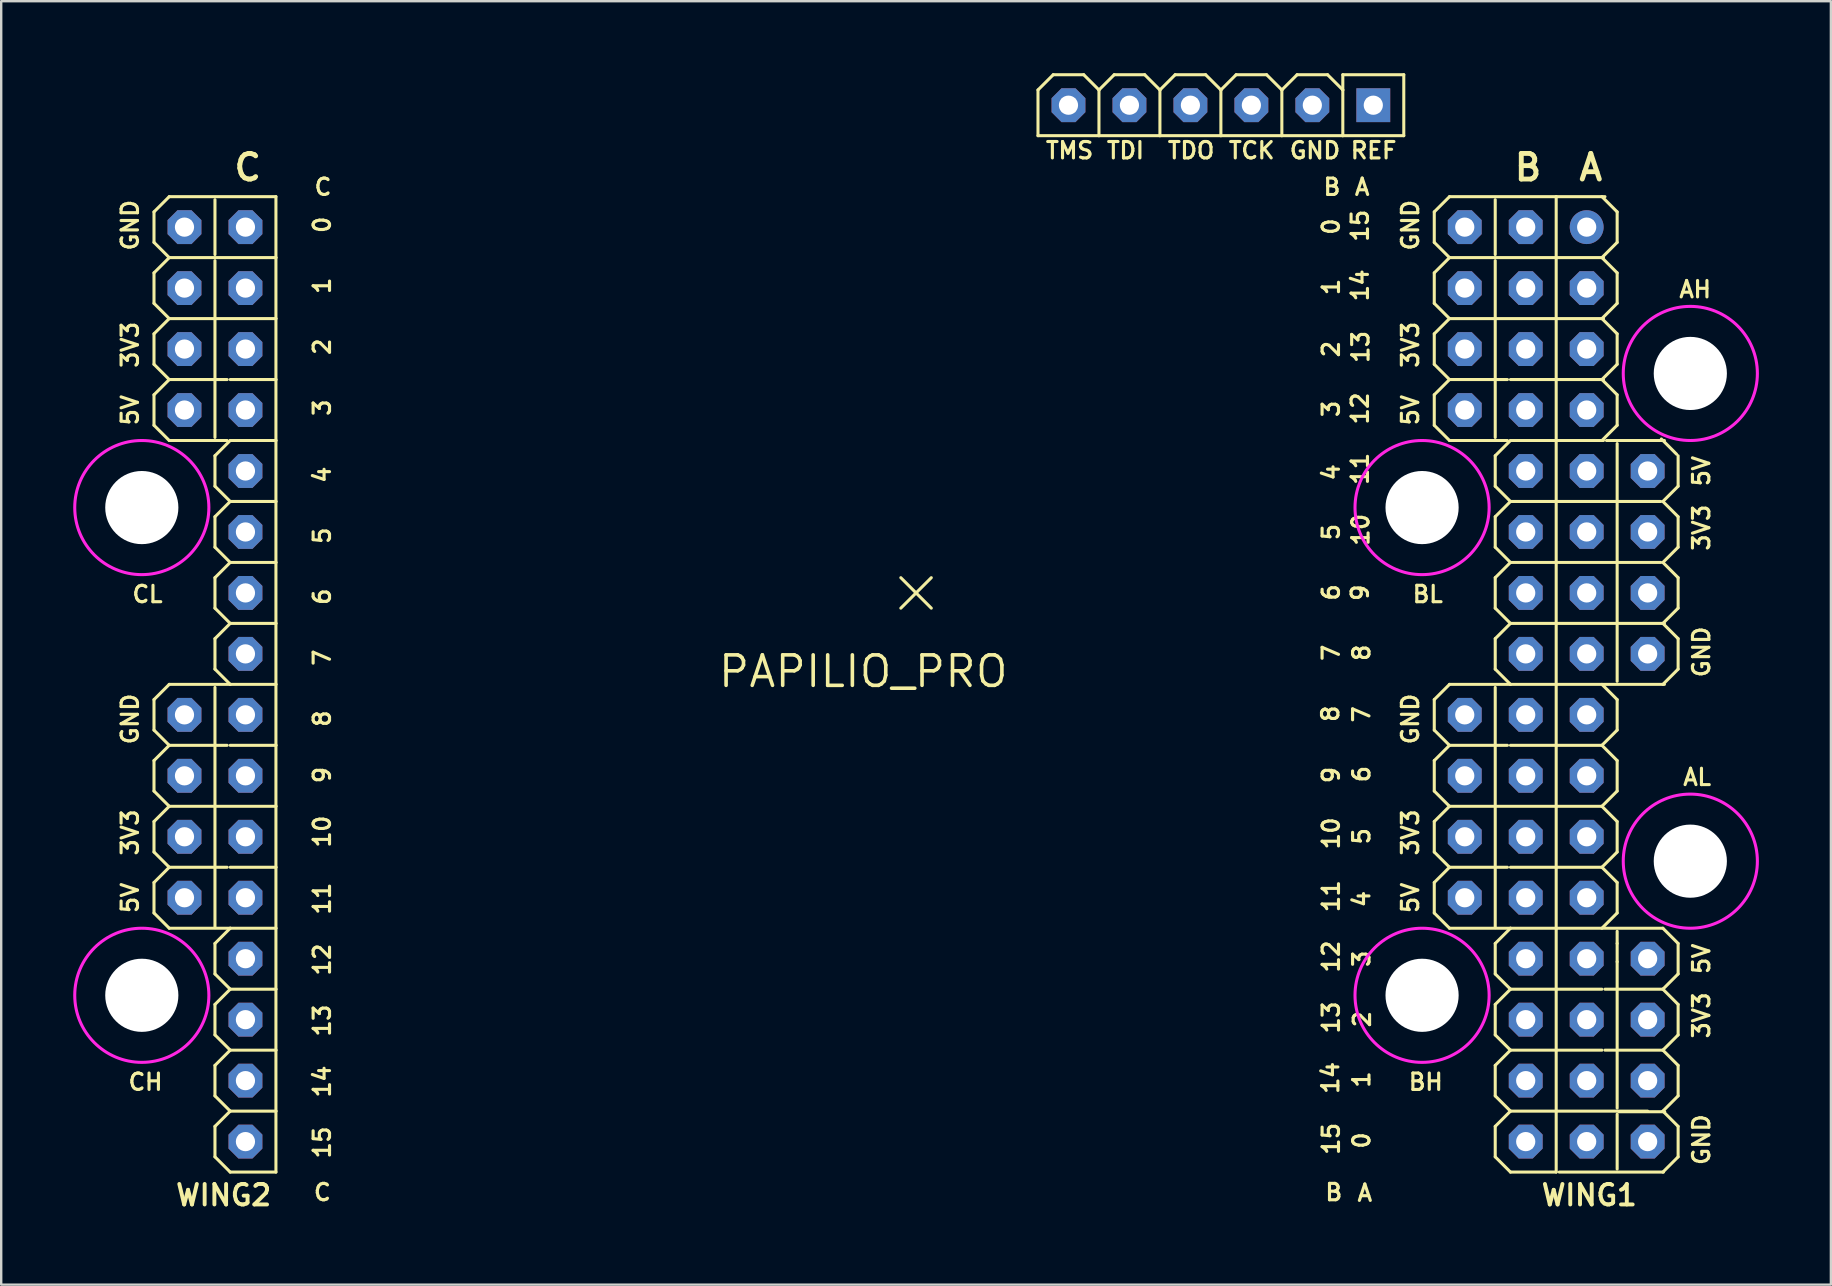
<source format=kicad_pcb>
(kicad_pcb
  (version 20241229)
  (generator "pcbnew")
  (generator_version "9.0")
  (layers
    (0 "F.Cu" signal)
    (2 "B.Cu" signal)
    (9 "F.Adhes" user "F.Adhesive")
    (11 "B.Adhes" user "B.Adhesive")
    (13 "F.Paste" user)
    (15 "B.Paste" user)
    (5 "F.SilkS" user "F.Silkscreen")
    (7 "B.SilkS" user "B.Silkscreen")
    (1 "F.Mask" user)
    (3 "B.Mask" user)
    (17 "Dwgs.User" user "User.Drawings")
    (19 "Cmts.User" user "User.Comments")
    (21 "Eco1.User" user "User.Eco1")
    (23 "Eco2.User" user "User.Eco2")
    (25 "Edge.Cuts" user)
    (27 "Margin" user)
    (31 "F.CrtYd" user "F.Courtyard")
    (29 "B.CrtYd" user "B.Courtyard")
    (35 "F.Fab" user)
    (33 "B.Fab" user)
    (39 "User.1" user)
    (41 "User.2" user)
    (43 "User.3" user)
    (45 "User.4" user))
  (footprint "PAPILIO_PRO"
    (layer "F.Cu")
    (at 34.081 24.218)
    (property "Reference" "PAPILIO_PRO" (at -1.165 0.705 0) (layer "F.SilkS") (effects (font (size 1.27 1.27) (thickness 0.15))))
    (fp_line (start -30.715 -18.44) (end -30.08 -19.075) (stroke (width 0.127) (type solid)) (layer "F.SilkS"))
    (fp_line (start -30.715 -17.17) (end -30.715 -18.44) (stroke (width 0.127) (type solid)) (layer "F.SilkS"))
    (fp_line (start -30.715 -15.9) (end -30.08 -16.535) (stroke (width 0.127) (type solid)) (layer "F.SilkS"))
    (fp_line (start -30.715 -14.63) (end -30.715 -15.9) (stroke (width 0.127) (type solid)) (layer "F.SilkS"))
    (fp_line (start -30.715 -13.36) (end -30.08 -13.995) (stroke (width 0.127) (type solid)) (layer "F.SilkS"))
    (fp_line (start -30.715 -12.09) (end -30.715 -13.36) (stroke (width 0.127) (type solid)) (layer "F.SilkS"))
    (fp_line (start -30.715 -12.09) (end -30.08 -11.455) (stroke (width 0.127) (type solid)) (layer "F.SilkS"))
    (fp_line (start -30.715 -10.82) (end -30.08 -11.455) (stroke (width 0.127) (type solid)) (layer "F.SilkS"))
    (fp_line (start -30.715 -9.55) (end -30.715 -10.82) (stroke (width 0.127) (type solid)) (layer "F.SilkS"))
    (fp_line (start -30.715 1.88) (end -30.08 1.245) (stroke (width 0.127) (type solid)) (layer "F.SilkS"))
    (fp_line (start -30.715 3.15) (end -30.715 1.88) (stroke (width 0.127) (type solid)) (layer "F.SilkS"))
    (fp_line (start -30.715 4.42) (end -30.08 3.785) (stroke (width 0.127) (type solid)) (layer "F.SilkS"))
    (fp_line (start -30.715 5.69) (end -30.715 4.42) (stroke (width 0.127) (type solid)) (layer "F.SilkS"))
    (fp_line (start -30.715 6.96) (end -30.08 6.325) (stroke (width 0.127) (type solid)) (layer "F.SilkS"))
    (fp_line (start -30.715 8.23) (end -30.715 6.96) (stroke (width 0.127) (type solid)) (layer "F.SilkS"))
    (fp_line (start -30.715 8.23) (end -30.08 8.865) (stroke (width 0.127) (type solid)) (layer "F.SilkS"))
    (fp_line (start -30.715 9.5) (end -30.08 8.865) (stroke (width 0.127) (type solid)) (layer "F.SilkS"))
    (fp_line (start -30.715 10.77) (end -30.715 9.5) (stroke (width 0.127) (type solid)) (layer "F.SilkS"))
    (fp_line (start -30.08 -19.075) (end -25.635 -19.075) (stroke (width 0.127) (type solid)) (layer "F.SilkS"))
    (fp_line (start -30.08 -16.535) (end -30.715 -17.17) (stroke (width 0.127) (type solid)) (layer "F.SilkS"))
    (fp_line (start -30.08 -16.535) (end -25.635 -16.535) (stroke (width 0.127) (type solid)) (layer "F.SilkS"))
    (fp_line (start -30.08 -13.995) (end -30.715 -14.63) (stroke (width 0.127) (type solid)) (layer "F.SilkS"))
    (fp_line (start -30.08 -13.995) (end -25.635 -13.995) (stroke (width 0.127) (type solid)) (layer "F.SilkS"))
    (fp_line (start -30.08 -11.455) (end -27.667 -11.455) (stroke (width 0.127) (type solid)) (layer "F.SilkS"))
    (fp_line (start -30.08 -8.915) (end -30.715 -9.55) (stroke (width 0.127) (type solid)) (layer "F.SilkS"))
    (fp_line (start -30.08 -8.915) (end -27.667 -8.915) (stroke (width 0.127) (type solid)) (layer "F.SilkS"))
    (fp_line (start -30.08 1.245) (end -27.54 1.245) (stroke (width 0.127) (type solid)) (layer "F.SilkS"))
    (fp_line (start -30.08 3.785) (end -30.715 3.15) (stroke (width 0.127) (type solid)) (layer "F.SilkS"))
    (fp_line (start -30.08 3.785) (end -27.667 3.785) (stroke (width 0.127) (type solid)) (layer "F.SilkS"))
    (fp_line (start -30.08 6.325) (end -30.715 5.69) (stroke (width 0.127) (type solid)) (layer "F.SilkS"))
    (fp_line (start -30.08 6.325) (end -25.635 6.325) (stroke (width 0.127) (type solid)) (layer "F.SilkS"))
    (fp_line (start -30.08 8.865) (end -27.667 8.865) (stroke (width 0.127) (type solid)) (layer "F.SilkS"))
    (fp_line (start -30.08 11.405) (end -30.715 10.77) (stroke (width 0.127) (type solid)) (layer "F.SilkS"))
    (fp_line (start -30.08 11.405) (end -27.54 11.405) (stroke (width 0.127) (type solid)) (layer "F.SilkS"))
    (fp_line (start -28.175 -16.662) (end -28.175 -18.948) (stroke (width 0.127) (type solid)) (layer "F.SilkS"))
    (fp_line (start -28.175 -9.042) (end -28.175 -16.408) (stroke (width 0.127) (type solid)) (layer "F.SilkS"))
    (fp_line (start -28.175 -8.28) (end -27.54 -8.915) (stroke (width 0.127) (type solid)) (layer "F.SilkS"))
    (fp_line (start -28.175 -7.01) (end -28.175 -8.28) (stroke (width 0.127) (type solid)) (layer "F.SilkS"))
    (fp_line (start -28.175 -5.74) (end -27.54 -6.375) (stroke (width 0.127) (type solid)) (layer "F.SilkS"))
    (fp_line (start -28.175 -4.47) (end -28.175 -5.74) (stroke (width 0.127) (type solid)) (layer "F.SilkS"))
    (fp_line (start -28.175 -4.47) (end -27.54 -3.835) (stroke (width 0.127) (type solid)) (layer "F.SilkS"))
    (fp_line (start -28.175 -3.2) (end -27.54 -3.835) (stroke (width 0.127) (type solid)) (layer "F.SilkS"))
    (fp_line (start -28.175 -1.93) (end -28.175 -3.2) (stroke (width 0.127) (type solid)) (layer "F.SilkS"))
    (fp_line (start -28.175 -0.66) (end -27.54 -1.295) (stroke (width 0.127) (type solid)) (layer "F.SilkS"))
    (fp_line (start -28.175 0.61) (end -28.175 -0.66) (stroke (width 0.127) (type solid)) (layer "F.SilkS"))
    (fp_line (start -28.175 11.38) (end -28.175 1.372) (stroke (width 0.127) (type solid)) (layer "F.SilkS"))
    (fp_line (start -28.175 12.04) (end -27.54 11.405) (stroke (width 0.127) (type solid)) (layer "F.SilkS"))
    (fp_line (start -28.175 13.31) (end -28.175 12.04) (stroke (width 0.127) (type solid)) (layer "F.SilkS"))
    (fp_line (start -28.175 13.31) (end -27.54 13.945) (stroke (width 0.127) (type solid)) (layer "F.SilkS"))
    (fp_line (start -28.175 14.58) (end -27.54 13.945) (stroke (width 0.127) (type solid)) (layer "F.SilkS"))
    (fp_line (start -28.175 15.85) (end -28.175 14.58) (stroke (width 0.127) (type solid)) (layer "F.SilkS"))
    (fp_line (start -28.175 17.12) (end -27.54 16.485) (stroke (width 0.127) (type solid)) (layer "F.SilkS"))
    (fp_line (start -28.175 18.39) (end -28.175 17.12) (stroke (width 0.127) (type solid)) (layer "F.SilkS"))
    (fp_line (start -28.175 19.66) (end -27.54 19.025) (stroke (width 0.127) (type solid)) (layer "F.SilkS"))
    (fp_line (start -28.175 20.93) (end -28.175 19.66) (stroke (width 0.127) (type solid)) (layer "F.SilkS"))
    (fp_line (start -28.175 20.93) (end -27.54 21.565) (stroke (width 0.127) (type solid)) (layer "F.SilkS"))
    (fp_line (start -27.54 -11.455) (end -25.635 -11.455) (stroke (width 0.127) (type solid)) (layer "F.SilkS"))
    (fp_line (start -27.54 -8.915) (end -25.635 -8.915) (stroke (width 0.127) (type solid)) (layer "F.SilkS"))
    (fp_line (start -27.54 -6.375) (end -28.175 -7.01) (stroke (width 0.127) (type solid)) (layer "F.SilkS"))
    (fp_line (start -27.54 -6.375) (end -25.635 -6.375) (stroke (width 0.127) (type solid)) (layer "F.SilkS"))
    (fp_line (start -27.54 -3.835) (end -25.635 -3.835) (stroke (width 0.127) (type solid)) (layer "F.SilkS"))
    (fp_line (start -27.54 -1.295) (end -28.175 -1.93) (stroke (width 0.127) (type solid)) (layer "F.SilkS"))
    (fp_line (start -27.54 -1.295) (end -25.635 -1.295) (stroke (width 0.127) (type solid)) (layer "F.SilkS"))
    (fp_line (start -27.54 1.245) (end -28.175 0.61) (stroke (width 0.127) (type solid)) (layer "F.SilkS"))
    (fp_line (start -27.54 1.245) (end -25.635 1.245) (stroke (width 0.127) (type solid)) (layer "F.SilkS"))
    (fp_line (start -27.54 3.785) (end -25.635 3.785) (stroke (width 0.127) (type solid)) (layer "F.SilkS"))
    (fp_line (start -27.54 8.865) (end -25.635 8.865) (stroke (width 0.127) (type solid)) (layer "F.SilkS"))
    (fp_line (start -27.54 11.405) (end -25.635 11.405) (stroke (width 0.127) (type solid)) (layer "F.SilkS"))
    (fp_line (start -27.54 13.945) (end -25.635 13.945) (stroke (width 0.127) (type solid)) (layer "F.SilkS"))
    (fp_line (start -27.54 16.485) (end -28.175 15.85) (stroke (width 0.127) (type solid)) (layer "F.SilkS"))
    (fp_line (start -27.54 16.485) (end -25.635 16.485) (stroke (width 0.127) (type solid)) (layer "F.SilkS"))
    (fp_line (start -27.54 19.025) (end -28.175 18.39) (stroke (width 0.127) (type solid)) (layer "F.SilkS"))
    (fp_line (start -27.54 19.025) (end -25.635 19.025) (stroke (width 0.127) (type solid)) (layer "F.SilkS"))
    (fp_line (start -27.54 21.565) (end -25.635 21.565) (stroke (width 0.127) (type solid)) (layer "F.SilkS"))
    (fp_line (start -25.635 -16.535) (end -25.635 -19.075) (stroke (width 0.127) (type solid)) (layer "F.SilkS"))
    (fp_line (start -25.635 -13.995) (end -25.635 -16.535) (stroke (width 0.127) (type solid)) (layer "F.SilkS"))
    (fp_line (start -25.635 -11.455) (end -25.635 -13.995) (stroke (width 0.127) (type solid)) (layer "F.SilkS"))
    (fp_line (start -25.635 -8.915) (end -25.635 -11.455) (stroke (width 0.127) (type solid)) (layer "F.SilkS"))
    (fp_line (start -25.635 -6.375) (end -25.635 -8.915) (stroke (width 0.127) (type solid)) (layer "F.SilkS"))
    (fp_line (start -25.635 -3.835) (end -25.635 -6.375) (stroke (width 0.127) (type solid)) (layer "F.SilkS"))
    (fp_line (start -25.635 -1.295) (end -25.635 -3.835) (stroke (width 0.127) (type solid)) (layer "F.SilkS"))
    (fp_line (start -25.635 1.245) (end -25.635 -1.295) (stroke (width 0.127) (type solid)) (layer "F.SilkS"))
    (fp_line (start -25.635 3.785) (end -25.635 1.245) (stroke (width 0.127) (type solid)) (layer "F.SilkS"))
    (fp_line (start -25.635 6.325) (end -25.635 3.785) (stroke (width 0.127) (type solid)) (layer "F.SilkS"))
    (fp_line (start -25.635 8.865) (end -25.635 6.325) (stroke (width 0.127) (type solid)) (layer "F.SilkS"))
    (fp_line (start -25.635 11.405) (end -25.635 8.865) (stroke (width 0.127) (type solid)) (layer "F.SilkS"))
    (fp_line (start -25.635 13.945) (end -25.635 11.405) (stroke (width 0.127) (type solid)) (layer "F.SilkS"))
    (fp_line (start -25.635 16.485) (end -25.635 13.945) (stroke (width 0.127) (type solid)) (layer "F.SilkS"))
    (fp_line (start -25.635 19.025) (end -25.635 16.485) (stroke (width 0.127) (type solid)) (layer "F.SilkS"))
    (fp_line (start -25.635 21.565) (end -25.635 19.025) (stroke (width 0.127) (type solid)) (layer "F.SilkS"))
    (fp_line (start 0.4 -3.2) (end 1.035 -2.565) (stroke (width 0.127) (type solid)) (layer "F.SilkS"))
    (fp_line (start 1.035 -2.565) (end 0.4 -1.93) (stroke (width 0.127) (type solid)) (layer "F.SilkS"))
    (fp_line (start 1.035 -2.565) (end 1.67 -3.2) (stroke (width 0.127) (type solid)) (layer "F.SilkS"))
    (fp_line (start 1.035 -2.565) (end 1.67 -1.93) (stroke (width 0.127) (type solid)) (layer "F.SilkS"))
    (fp_line (start 6.115 -23.52) (end 6.75 -24.155) (stroke (width 0.127) (type solid)) (layer "F.SilkS"))
    (fp_line (start 6.115 -21.615) (end 6.115 -23.52) (stroke (width 0.127) (type solid)) (layer "F.SilkS"))
    (fp_line (start 6.75 -24.155) (end 8.02 -24.155) (stroke (width 0.127) (type solid)) (layer "F.SilkS"))
    (fp_line (start 8.02 -24.155) (end 8.655 -23.52) (stroke (width 0.127) (type solid)) (layer "F.SilkS"))
    (fp_line (start 8.655 -23.52) (end 9.29 -24.155) (stroke (width 0.127) (type solid)) (layer "F.SilkS"))
    (fp_line (start 8.655 -21.615) (end 6.115 -21.615) (stroke (width 0.127) (type solid)) (layer "F.SilkS"))
    (fp_line (start 8.655 -21.615) (end 8.655 -23.52) (stroke (width 0.127) (type solid)) (layer "F.SilkS"))
    (fp_line (start 9.29 -24.155) (end 10.56 -24.155) (stroke (width 0.127) (type solid)) (layer "F.SilkS"))
    (fp_line (start 10.56 -24.155) (end 11.195 -23.52) (stroke (width 0.127) (type solid)) (layer "F.SilkS"))
    (fp_line (start 11.195 -23.52) (end 11.83 -24.155) (stroke (width 0.127) (type solid)) (layer "F.SilkS"))
    (fp_line (start 11.195 -21.615) (end 8.655 -21.615) (stroke (width 0.127) (type solid)) (layer "F.SilkS"))
    (fp_line (start 11.195 -21.615) (end 11.195 -23.52) (stroke (width 0.127) (type solid)) (layer "F.SilkS"))
    (fp_line (start 11.83 -24.155) (end 13.1 -24.155) (stroke (width 0.127) (type solid)) (layer "F.SilkS"))
    (fp_line (start 13.735 -23.52) (end 13.1 -24.155) (stroke (width 0.127) (type solid)) (layer "F.SilkS"))
    (fp_line (start 13.735 -23.52) (end 14.37 -24.155) (stroke (width 0.127) (type solid)) (layer "F.SilkS"))
    (fp_line (start 13.735 -21.615) (end 11.195 -21.615) (stroke (width 0.127) (type solid)) (layer "F.SilkS"))
    (fp_line (start 13.735 -21.615) (end 13.735 -23.52) (stroke (width 0.127) (type solid)) (layer "F.SilkS"))
    (fp_line (start 14.37 -24.155) (end 15.64 -24.155) (stroke (width 0.127) (type solid)) (layer "F.SilkS"))
    (fp_line (start 15.64 -24.155) (end 16.275 -23.52) (stroke (width 0.127) (type solid)) (layer "F.SilkS"))
    (fp_line (start 16.275 -23.52) (end 16.91 -24.155) (stroke (width 0.127) (type solid)) (layer "F.SilkS"))
    (fp_line (start 16.275 -21.615) (end 13.735 -21.615) (stroke (width 0.127) (type solid)) (layer "F.SilkS"))
    (fp_line (start 16.275 -21.615) (end 16.275 -23.52) (stroke (width 0.127) (type solid)) (layer "F.SilkS"))
    (fp_line (start 16.91 -24.155) (end 18.18 -24.155) (stroke (width 0.127) (type solid)) (layer "F.SilkS"))
    (fp_line (start 18.18 -24.155) (end 18.815 -23.52) (stroke (width 0.127) (type solid)) (layer "F.SilkS"))
    (fp_line (start 18.815 -24.155) (end 21.355 -24.155) (stroke (width 0.127) (type solid)) (layer "F.SilkS"))
    (fp_line (start 18.815 -23.52) (end 18.815 -24.155) (stroke (width 0.127) (type solid)) (layer "F.SilkS"))
    (fp_line (start 18.815 -21.615) (end 16.275 -21.615) (stroke (width 0.127) (type solid)) (layer "F.SilkS"))
    (fp_line (start 18.815 -21.615) (end 18.815 -23.52) (stroke (width 0.127) (type solid)) (layer "F.SilkS"))
    (fp_line (start 21.355 -21.615) (end 18.815 -21.615) (stroke (width 0.127) (type solid)) (layer "F.SilkS"))
    (fp_line (start 21.355 -21.615) (end 21.355 -24.155) (stroke (width 0.127) (type solid)) (layer "F.SilkS"))
    (fp_line (start 22.625 -18.44) (end 23.26 -19.075) (stroke (width 0.127) (type solid)) (layer "F.SilkS"))
    (fp_line (start 22.625 -17.17) (end 22.625 -18.44) (stroke (width 0.127) (type solid)) (layer "F.SilkS"))
    (fp_line (start 22.625 -15.9) (end 23.26 -16.535) (stroke (width 0.127) (type solid)) (layer "F.SilkS"))
    (fp_line (start 22.625 -14.63) (end 22.625 -15.9) (stroke (width 0.127) (type solid)) (layer "F.SilkS"))
    (fp_line (start 22.625 -13.36) (end 23.26 -13.995) (stroke (width 0.127) (type solid)) (layer "F.SilkS"))
    (fp_line (start 22.625 -12.09) (end 22.625 -13.36) (stroke (width 0.127) (type solid)) (layer "F.SilkS"))
    (fp_line (start 22.625 -12.09) (end 23.26 -11.455) (stroke (width 0.127) (type solid)) (layer "F.SilkS"))
    (fp_line (start 22.625 -10.82) (end 23.26 -11.455) (stroke (width 0.127) (type solid)) (layer "F.SilkS"))
    (fp_line (start 22.625 -9.55) (end 22.625 -10.82) (stroke (width 0.127) (type solid)) (layer "F.SilkS"))
    (fp_line (start 22.625 1.88) (end 23.26 1.245) (stroke (width 0.127) (type solid)) (layer "F.SilkS"))
    (fp_line (start 22.625 3.15) (end 22.625 1.88) (stroke (width 0.127) (type solid)) (layer "F.SilkS"))
    (fp_line (start 22.625 4.42) (end 23.26 3.785) (stroke (width 0.127) (type solid)) (layer "F.SilkS"))
    (fp_line (start 22.625 5.69) (end 22.625 4.42) (stroke (width 0.127) (type solid)) (layer "F.SilkS"))
    (fp_line (start 22.625 6.96) (end 23.26 6.325) (stroke (width 0.127) (type solid)) (layer "F.SilkS"))
    (fp_line (start 22.625 8.23) (end 22.625 6.96) (stroke (width 0.127) (type solid)) (layer "F.SilkS"))
    (fp_line (start 22.625 8.23) (end 23.26 8.865) (stroke (width 0.127) (type solid)) (layer "F.SilkS"))
    (fp_line (start 22.625 9.5) (end 23.26 8.865) (stroke (width 0.127) (type solid)) (layer "F.SilkS"))
    (fp_line (start 22.625 10.77) (end 22.625 9.5) (stroke (width 0.127) (type solid)) (layer "F.SilkS"))
    (fp_line (start 23.26 -19.075) (end 27.705 -19.075) (stroke (width 0.127) (type solid)) (layer "F.SilkS"))
    (fp_line (start 23.26 -16.535) (end 22.625 -17.17) (stroke (width 0.127) (type solid)) (layer "F.SilkS"))
    (fp_line (start 23.26 -16.535) (end 27.705 -16.535) (stroke (width 0.127) (type solid)) (layer "F.SilkS"))
    (fp_line (start 23.26 -13.995) (end 22.625 -14.63) (stroke (width 0.127) (type solid)) (layer "F.SilkS"))
    (fp_line (start 23.26 -13.995) (end 27.705 -13.995) (stroke (width 0.127) (type solid)) (layer "F.SilkS"))
    (fp_line (start 23.26 -11.455) (end 25.673 -11.455) (stroke (width 0.127) (type solid)) (layer "F.SilkS"))
    (fp_line (start 23.26 -8.915) (end 22.625 -9.55) (stroke (width 0.127) (type solid)) (layer "F.SilkS"))
    (fp_line (start 23.26 -8.915) (end 25.673 -8.915) (stroke (width 0.127) (type solid)) (layer "F.SilkS"))
    (fp_line (start 23.26 1.245) (end 25.8 1.245) (stroke (width 0.127) (type solid)) (layer "F.SilkS"))
    (fp_line (start 23.26 3.785) (end 22.625 3.15) (stroke (width 0.127) (type solid)) (layer "F.SilkS"))
    (fp_line (start 23.26 3.785) (end 25.673 3.785) (stroke (width 0.127) (type solid)) (layer "F.SilkS"))
    (fp_line (start 23.26 6.325) (end 22.625 5.69) (stroke (width 0.127) (type solid)) (layer "F.SilkS"))
    (fp_line (start 23.26 6.325) (end 27.705 6.325) (stroke (width 0.127) (type solid)) (layer "F.SilkS"))
    (fp_line (start 23.26 8.865) (end 25.673 8.865) (stroke (width 0.127) (type solid)) (layer "F.SilkS"))
    (fp_line (start 23.26 11.405) (end 22.625 10.77) (stroke (width 0.127) (type solid)) (layer "F.SilkS"))
    (fp_line (start 23.26 11.405) (end 25.8 11.405) (stroke (width 0.127) (type solid)) (layer "F.SilkS"))
    (fp_line (start 25.165 -16.662) (end 25.165 -18.948) (stroke (width 0.127) (type solid)) (layer "F.SilkS"))
    (fp_line (start 25.165 -9.042) (end 25.165 -16.408) (stroke (width 0.127) (type solid)) (layer "F.SilkS"))
    (fp_line (start 25.165 -8.28) (end 25.8 -8.915) (stroke (width 0.127) (type solid)) (layer "F.SilkS"))
    (fp_line (start 25.165 -7.01) (end 25.165 -8.28) (stroke (width 0.127) (type solid)) (layer "F.SilkS"))
    (fp_line (start 25.165 -5.74) (end 25.8 -6.375) (stroke (width 0.127) (type solid)) (layer "F.SilkS"))
    (fp_line (start 25.165 -4.47) (end 25.165 -5.74) (stroke (width 0.127) (type solid)) (layer "F.SilkS"))
    (fp_line (start 25.165 -4.47) (end 25.8 -3.835) (stroke (width 0.127) (type solid)) (layer "F.SilkS"))
    (fp_line (start 25.165 -3.2) (end 25.8 -3.835) (stroke (width 0.127) (type solid)) (layer "F.SilkS"))
    (fp_line (start 25.165 -1.93) (end 25.165 -3.2) (stroke (width 0.127) (type solid)) (layer "F.SilkS"))
    (fp_line (start 25.165 -0.66) (end 25.8 -1.295) (stroke (width 0.127) (type solid)) (layer "F.SilkS"))
    (fp_line (start 25.165 0.61) (end 25.165 -0.66) (stroke (width 0.127) (type solid)) (layer "F.SilkS"))
    (fp_line (start 25.165 11.38) (end 25.165 1.372) (stroke (width 0.127) (type solid)) (layer "F.SilkS"))
    (fp_line (start 25.165 12.04) (end 25.8 11.405) (stroke (width 0.127) (type solid)) (layer "F.SilkS"))
    (fp_line (start 25.165 13.31) (end 25.165 12.04) (stroke (width 0.127) (type solid)) (layer "F.SilkS"))
    (fp_line (start 25.165 13.31) (end 25.8 13.945) (stroke (width 0.127) (type solid)) (layer "F.SilkS"))
    (fp_line (start 25.165 14.58) (end 25.8 13.945) (stroke (width 0.127) (type solid)) (layer "F.SilkS"))
    (fp_line (start 25.165 15.85) (end 25.165 14.58) (stroke (width 0.127) (type solid)) (layer "F.SilkS"))
    (fp_line (start 25.165 17.12) (end 25.8 16.485) (stroke (width 0.127) (type solid)) (layer "F.SilkS"))
    (fp_line (start 25.165 18.39) (end 25.165 17.12) (stroke (width 0.127) (type solid)) (layer "F.SilkS"))
    (fp_line (start 25.165 19.66) (end 25.8 19.025) (stroke (width 0.127) (type solid)) (layer "F.SilkS"))
    (fp_line (start 25.165 20.93) (end 25.165 19.66) (stroke (width 0.127) (type solid)) (layer "F.SilkS"))
    (fp_line (start 25.165 20.93) (end 25.8 21.565) (stroke (width 0.127) (type solid)) (layer "F.SilkS"))
    (fp_line (start 25.8 -11.455) (end 27.705 -11.455) (stroke (width 0.127) (type solid)) (layer "F.SilkS"))
    (fp_line (start 25.8 -8.915) (end 27.705 -8.915) (stroke (width 0.127) (type solid)) (layer "F.SilkS"))
    (fp_line (start 25.8 -6.375) (end 25.165 -7.01) (stroke (width 0.127) (type solid)) (layer "F.SilkS"))
    (fp_line (start 25.8 -6.375) (end 27.705 -6.375) (stroke (width 0.127) (type solid)) (layer "F.SilkS"))
    (fp_line (start 25.8 -3.835) (end 27.705 -3.835) (stroke (width 0.127) (type solid)) (layer "F.SilkS"))
    (fp_line (start 25.8 -1.295) (end 25.165 -1.93) (stroke (width 0.127) (type solid)) (layer "F.SilkS"))
    (fp_line (start 25.8 -1.295) (end 27.705 -1.295) (stroke (width 0.127) (type solid)) (layer "F.SilkS"))
    (fp_line (start 25.8 1.245) (end 25.165 0.61) (stroke (width 0.127) (type solid)) (layer "F.SilkS"))
    (fp_line (start 25.8 1.245) (end 27.705 1.245) (stroke (width 0.127) (type solid)) (layer "F.SilkS"))
    (fp_line (start 25.8 3.785) (end 27.705 3.785) (stroke (width 0.127) (type solid)) (layer "F.SilkS"))
    (fp_line (start 25.8 8.865) (end 27.705 8.865) (stroke (width 0.127) (type solid)) (layer "F.SilkS"))
    (fp_line (start 25.8 11.405) (end 27.705 11.405) (stroke (width 0.127) (type solid)) (layer "F.SilkS"))
    (fp_line (start 25.8 13.945) (end 27.705 13.945) (stroke (width 0.127) (type solid)) (layer "F.SilkS"))
    (fp_line (start 25.8 16.485) (end 25.165 15.85) (stroke (width 0.127) (type solid)) (layer "F.SilkS"))
    (fp_line (start 25.8 16.485) (end 27.705 16.485) (stroke (width 0.127) (type solid)) (layer "F.SilkS"))
    (fp_line (start 25.8 19.025) (end 25.165 18.39) (stroke (width 0.127) (type solid)) (layer "F.SilkS"))
    (fp_line (start 25.8 19.025) (end 27.705 19.025) (stroke (width 0.127) (type solid)) (layer "F.SilkS"))
    (fp_line (start 25.8 21.565) (end 27.705 21.565) (stroke (width 0.127) (type solid)) (layer "F.SilkS"))
    (fp_line (start 27.705 -19.075) (end 29.737 -19.075) (stroke (width 0.127) (type solid)) (layer "F.SilkS"))
    (fp_line (start 27.705 -16.535) (end 27.705 -19.075) (stroke (width 0.127) (type solid)) (layer "F.SilkS"))
    (fp_line (start 27.705 -13.995) (end 27.705 -16.535) (stroke (width 0.127) (type solid)) (layer "F.SilkS"))
    (fp_line (start 27.705 -11.455) (end 27.705 -13.995) (stroke (width 0.127) (type solid)) (layer "F.SilkS"))
    (fp_line (start 27.705 -8.915) (end 27.705 -11.455) (stroke (width 0.127) (type solid)) (layer "F.SilkS"))
    (fp_line (start 27.705 -6.375) (end 27.705 -8.915) (stroke (width 0.127) (type solid)) (layer "F.SilkS"))
    (fp_line (start 27.705 -3.835) (end 27.705 -6.375) (stroke (width 0.127) (type solid)) (layer "F.SilkS"))
    (fp_line (start 27.705 -1.295) (end 27.705 -3.835) (stroke (width 0.127) (type solid)) (layer "F.SilkS"))
    (fp_line (start 27.705 1.245) (end 27.705 -1.295) (stroke (width 0.127) (type solid)) (layer "F.SilkS"))
    (fp_line (start 27.705 3.785) (end 27.705 1.245) (stroke (width 0.127) (type solid)) (layer "F.SilkS"))
    (fp_line (start 27.705 3.785) (end 29.585 3.785) (stroke (width 0.127) (type solid)) (layer "F.SilkS"))
    (fp_line (start 27.705 6.325) (end 27.705 3.785) (stroke (width 0.127) (type solid)) (layer "F.SilkS"))
    (fp_line (start 27.705 6.325) (end 29.585 6.325) (stroke (width 0.127) (type solid)) (layer "F.SilkS"))
    (fp_line (start 27.705 8.865) (end 27.705 6.325) (stroke (width 0.127) (type solid)) (layer "F.SilkS"))
    (fp_line (start 27.705 8.865) (end 29.585 8.865) (stroke (width 0.127) (type solid)) (layer "F.SilkS"))
    (fp_line (start 27.705 11.405) (end 27.705 8.865) (stroke (width 0.127) (type solid)) (layer "F.SilkS"))
    (fp_line (start 27.705 11.405) (end 32.15 11.405) (stroke (width 0.127) (type solid)) (layer "F.SilkS"))
    (fp_line (start 27.705 13.945) (end 27.705 11.405) (stroke (width 0.127) (type solid)) (layer "F.SilkS"))
    (fp_line (start 27.705 13.945) (end 29.61 13.945) (stroke (width 0.127) (type solid)) (layer "F.SilkS"))
    (fp_line (start 27.705 16.485) (end 27.705 13.945) (stroke (width 0.127) (type solid)) (layer "F.SilkS"))
    (fp_line (start 27.705 16.485) (end 29.61 16.485) (stroke (width 0.127) (type solid)) (layer "F.SilkS"))
    (fp_line (start 27.705 19.025) (end 27.705 16.485) (stroke (width 0.127) (type solid)) (layer "F.SilkS"))
    (fp_line (start 27.705 21.565) (end 27.705 19.025) (stroke (width 0.127) (type solid)) (layer "F.SilkS"))
    (fp_line (start 27.73 19.025) (end 31.515 19.025) (stroke (width 0.127) (type solid)) (layer "F.SilkS"))
    (fp_line (start 27.768 -16.535) (end 29.674 -16.535) (stroke (width 0.127) (type solid)) (layer "F.SilkS"))
    (fp_line (start 27.768 -13.995) (end 29.674 -13.995) (stroke (width 0.127) (type solid)) (layer "F.SilkS"))
    (fp_line (start 27.768 -11.455) (end 29.674 -11.455) (stroke (width 0.127) (type solid)) (layer "F.SilkS"))
    (fp_line (start 27.768 -8.915) (end 29.674 -8.915) (stroke (width 0.127) (type solid)) (layer "F.SilkS"))
    (fp_line (start 27.768 -6.375) (end 32.061 -6.375) (stroke (width 0.127) (type solid)) (layer "F.SilkS"))
    (fp_line (start 27.768 -3.835) (end 32.061 -3.835) (stroke (width 0.127) (type solid)) (layer "F.SilkS"))
    (fp_line (start 27.768 -1.295) (end 32.214 -1.295) (stroke (width 0.127) (type solid)) (layer "F.SilkS"))
    (fp_line (start 27.768 1.245) (end 32.214 1.245) (stroke (width 0.127) (type solid)) (layer "F.SilkS"))
    (fp_line (start 27.832 21.565) (end 32.175 21.565) (stroke (width 0.127) (type solid)) (layer "F.SilkS"))
    (fp_line (start 29.61 -19.075) (end 30.245 -18.44) (stroke (width 0.127) (type solid)) (layer "F.SilkS"))
    (fp_line (start 29.61 -16.535) (end 30.245 -15.9) (stroke (width 0.127) (type solid)) (layer "F.SilkS"))
    (fp_line (start 29.61 -13.995) (end 30.245 -13.36) (stroke (width 0.127) (type solid)) (layer "F.SilkS"))
    (fp_line (start 29.61 -11.455) (end 30.245 -12.09) (stroke (width 0.127) (type solid)) (layer "F.SilkS"))
    (fp_line (start 29.61 -11.455) (end 30.245 -10.82) (stroke (width 0.127) (type solid)) (layer "F.SilkS"))
    (fp_line (start 29.61 1.245) (end 30.245 1.88) (stroke (width 0.127) (type solid)) (layer "F.SilkS"))
    (fp_line (start 29.61 3.785) (end 30.245 4.42) (stroke (width 0.127) (type solid)) (layer "F.SilkS"))
    (fp_line (start 29.61 6.325) (end 30.245 5.69) (stroke (width 0.127) (type solid)) (layer "F.SilkS"))
    (fp_line (start 29.61 6.325) (end 30.245 6.96) (stroke (width 0.127) (type solid)) (layer "F.SilkS"))
    (fp_line (start 29.61 8.865) (end 30.245 9.5) (stroke (width 0.127) (type solid)) (layer "F.SilkS"))
    (fp_line (start 29.737 13.945) (end 32.15 13.945) (stroke (width 0.127) (type solid)) (layer "F.SilkS"))
    (fp_line (start 29.737 16.485) (end 32.15 16.485) (stroke (width 0.127) (type solid)) (layer "F.SilkS"))
    (fp_line (start 29.8 -8.915) (end 32.214 -8.915) (stroke (width 0.127) (type solid)) (layer "F.SilkS"))
    (fp_line (start 30.245 -18.44) (end 30.245 -17.17) (stroke (width 0.127) (type solid)) (layer "F.SilkS"))
    (fp_line (start 30.245 -17.17) (end 29.61 -16.535) (stroke (width 0.127) (type solid)) (layer "F.SilkS"))
    (fp_line (start 30.245 -15.9) (end 30.245 -14.63) (stroke (width 0.127) (type solid)) (layer "F.SilkS"))
    (fp_line (start 30.245 -14.63) (end 29.61 -13.995) (stroke (width 0.127) (type solid)) (layer "F.SilkS"))
    (fp_line (start 30.245 -13.36) (end 30.245 -12.09) (stroke (width 0.127) (type solid)) (layer "F.SilkS"))
    (fp_line (start 30.245 -10.82) (end 30.245 -9.55) (stroke (width 0.127) (type solid)) (layer "F.SilkS"))
    (fp_line (start 30.245 -9.55) (end 29.61 -8.915) (stroke (width 0.127) (type solid)) (layer "F.SilkS"))
    (fp_line (start 30.245 -8.788) (end 30.245 1.118) (stroke (width 0.127) (type solid)) (layer "F.SilkS"))
    (fp_line (start 30.245 1.88) (end 30.245 3.15) (stroke (width 0.127) (type solid)) (layer "F.SilkS"))
    (fp_line (start 30.245 3.15) (end 29.61 3.785) (stroke (width 0.127) (type solid)) (layer "F.SilkS"))
    (fp_line (start 30.245 4.42) (end 30.245 5.69) (stroke (width 0.127) (type solid)) (layer "F.SilkS"))
    (fp_line (start 30.245 6.96) (end 30.245 8.23) (stroke (width 0.127) (type solid)) (layer "F.SilkS"))
    (fp_line (start 30.245 8.23) (end 29.61 8.865) (stroke (width 0.127) (type solid)) (layer "F.SilkS"))
    (fp_line (start 30.245 9.5) (end 30.245 10.77) (stroke (width 0.127) (type solid)) (layer "F.SilkS"))
    (fp_line (start 30.245 10.77) (end 29.61 11.405) (stroke (width 0.127) (type solid)) (layer "F.SilkS"))
    (fp_line (start 30.245 11.532) (end 30.245 12.04) (stroke (width 0.127) (type solid)) (layer "F.SilkS"))
    (fp_line (start 30.245 12.04) (end 30.245 12.802) (stroke (width 0.127) (type solid)) (layer "F.SilkS"))
    (fp_line (start 30.245 12.802) (end 30.245 18.898) (stroke (width 0.127) (type solid)) (layer "F.SilkS"))
    (fp_line (start 30.245 19.152) (end 30.245 21.438) (stroke (width 0.127) (type solid)) (layer "F.SilkS"))
    (fp_line (start 30.321 19.05) (end 32.226 19.05) (stroke (width 0.127) (type solid)) (layer "F.SilkS"))
    (fp_line (start 32.087 -8.979) (end 32.721 -8.344) (stroke (width 0.127) (type solid)) (layer "F.SilkS"))
    (fp_line (start 32.15 -6.375) (end 32.785 -7.01) (stroke (width 0.127) (type solid)) (layer "F.SilkS"))
    (fp_line (start 32.15 -6.375) (end 32.785 -5.74) (stroke (width 0.127) (type solid)) (layer "F.SilkS"))
    (fp_line (start 32.15 -3.835) (end 32.785 -3.2) (stroke (width 0.127) (type solid)) (layer "F.SilkS"))
    (fp_line (start 32.15 -1.295) (end 32.785 -0.66) (stroke (width 0.127) (type solid)) (layer "F.SilkS"))
    (fp_line (start 32.15 11.405) (end 32.785 12.04) (stroke (width 0.127) (type solid)) (layer "F.SilkS"))
    (fp_line (start 32.15 13.945) (end 32.785 13.31) (stroke (width 0.127) (type solid)) (layer "F.SilkS"))
    (fp_line (start 32.15 13.945) (end 32.785 14.58) (stroke (width 0.127) (type solid)) (layer "F.SilkS"))
    (fp_line (start 32.15 16.485) (end 32.785 17.12) (stroke (width 0.127) (type solid)) (layer "F.SilkS"))
    (fp_line (start 32.15 19.025) (end 32.785 19.66) (stroke (width 0.127) (type solid)) (layer "F.SilkS"))
    (fp_line (start 32.785 -8.28) (end 32.785 -7.01) (stroke (width 0.127) (type solid)) (layer "F.SilkS"))
    (fp_line (start 32.785 -5.74) (end 32.785 -4.47) (stroke (width 0.127) (type solid)) (layer "F.SilkS"))
    (fp_line (start 32.785 -4.47) (end 32.15 -3.835) (stroke (width 0.127) (type solid)) (layer "F.SilkS"))
    (fp_line (start 32.785 -3.2) (end 32.785 -1.93) (stroke (width 0.127) (type solid)) (layer "F.SilkS"))
    (fp_line (start 32.785 -1.93) (end 32.15 -1.295) (stroke (width 0.127) (type solid)) (layer "F.SilkS"))
    (fp_line (start 32.785 -0.66) (end 32.785 0.61) (stroke (width 0.127) (type solid)) (layer "F.SilkS"))
    (fp_line (start 32.785 0.61) (end 32.15 1.245) (stroke (width 0.127) (type solid)) (layer "F.SilkS"))
    (fp_line (start 32.785 12.04) (end 32.785 13.31) (stroke (width 0.127) (type solid)) (layer "F.SilkS"))
    (fp_line (start 32.785 14.58) (end 32.785 15.85) (stroke (width 0.127) (type solid)) (layer "F.SilkS"))
    (fp_line (start 32.785 15.85) (end 32.15 16.485) (stroke (width 0.127) (type solid)) (layer "F.SilkS"))
    (fp_line (start 32.785 17.12) (end 32.785 18.39) (stroke (width 0.127) (type solid)) (layer "F.SilkS"))
    (fp_line (start 32.785 18.39) (end 32.15 19.025) (stroke (width 0.127) (type solid)) (layer "F.SilkS"))
    (fp_line (start 32.785 19.66) (end 32.785 20.93) (stroke (width 0.127) (type solid)) (layer "F.SilkS"))
    (fp_line (start 32.785 20.93) (end 32.15 21.565) (stroke (width 0.127) (type solid)) (layer "F.SilkS"))
    (fp_circle (center -31.223 -6.121) (end -28.429 -6.121) (stroke (width 0.127) (type solid)) (fill no) (layer "F.CrtYd"))
    (fp_circle (center -31.223 14.199) (end -28.429 14.199) (stroke (width 0.127) (type solid)) (fill no) (layer "F.CrtYd"))
    (fp_circle (center 22.117 -6.121) (end 24.911 -6.121) (stroke (width 0.127) (type solid)) (fill no) (layer "F.CrtYd"))
    (fp_circle (center 22.117 14.199) (end 24.911 14.199) (stroke (width 0.127) (type solid)) (fill no) (layer "F.CrtYd"))
    (fp_circle (center 33.293 -11.709) (end 36.087 -11.709) (stroke (width 0.127) (type solid)) (fill no) (layer "F.CrtYd"))
    (fp_circle (center 33.293 8.611) (end 36.087 8.611) (stroke (width 0.127) (type solid)) (fill no) (layer "F.CrtYd"))
    (fp_poly (pts (xy -29.699 -17.551) (xy -29.191 -17.551) (xy -29.191 -18.059) (xy -29.699 -18.059)) (stroke (width 0.1) (type default)) (fill no) (layer "F.Fab"))
    (fp_poly (pts (xy -29.699 -15.011) (xy -29.191 -15.011) (xy -29.191 -15.519) (xy -29.699 -15.519)) (stroke (width 0.1) (type default)) (fill no) (layer "F.Fab"))
    (fp_poly (pts (xy -29.699 -12.471) (xy -29.191 -12.471) (xy -29.191 -12.979) (xy -29.699 -12.979)) (stroke (width 0.1) (type default)) (fill no) (layer "F.Fab"))
    (fp_poly (pts (xy -29.699 -9.931) (xy -29.191 -9.931) (xy -29.191 -10.439) (xy -29.699 -10.439)) (stroke (width 0.1) (type default)) (fill no) (layer "F.Fab"))
    (fp_poly (pts (xy -29.699 2.769) (xy -29.191 2.769) (xy -29.191 2.261) (xy -29.699 2.261)) (stroke (width 0.1) (type default)) (fill no) (layer "F.Fab"))
    (fp_poly (pts (xy -29.699 5.309) (xy -29.191 5.309) (xy -29.191 4.801) (xy -29.699 4.801)) (stroke (width 0.1) (type default)) (fill no) (layer "F.Fab"))
    (fp_poly (pts (xy -29.699 7.849) (xy -29.191 7.849) (xy -29.191 7.341) (xy -29.699 7.341)) (stroke (width 0.1) (type default)) (fill no) (layer "F.Fab"))
    (fp_poly (pts (xy -29.699 10.389) (xy -29.191 10.389) (xy -29.191 9.881) (xy -29.699 9.881)) (stroke (width 0.1) (type default)) (fill no) (layer "F.Fab"))
    (fp_poly (pts (xy -27.159 -17.551) (xy -26.651 -17.551) (xy -26.651 -18.059) (xy -27.159 -18.059)) (stroke (width 0.1) (type default)) (fill no) (layer "F.Fab"))
    (fp_poly (pts (xy -27.159 -15.011) (xy -26.651 -15.011) (xy -26.651 -15.519) (xy -27.159 -15.519)) (stroke (width 0.1) (type default)) (fill no) (layer "F.Fab"))
    (fp_poly (pts (xy -27.159 -12.471) (xy -26.651 -12.471) (xy -26.651 -12.979) (xy -27.159 -12.979)) (stroke (width 0.1) (type default)) (fill no) (layer "F.Fab"))
    (fp_poly (pts (xy -27.159 -9.931) (xy -26.651 -9.931) (xy -26.651 -10.439) (xy -27.159 -10.439)) (stroke (width 0.1) (type default)) (fill no) (layer "F.Fab"))
    (fp_poly (pts (xy -27.159 -7.391) (xy -26.651 -7.391) (xy -26.651 -7.899) (xy -27.159 -7.899)) (stroke (width 0.1) (type default)) (fill no) (layer "F.Fab"))
    (fp_poly (pts (xy -27.159 -4.851) (xy -26.651 -4.851) (xy -26.651 -5.359) (xy -27.159 -5.359)) (stroke (width 0.1) (type default)) (fill no) (layer "F.Fab"))
    (fp_poly (pts (xy -27.159 -2.311) (xy -26.651 -2.311) (xy -26.651 -2.819) (xy -27.159 -2.819)) (stroke (width 0.1) (type default)) (fill no) (layer "F.Fab"))
    (fp_poly (pts (xy -27.159 0.229) (xy -26.651 0.229) (xy -26.651 -0.279) (xy -27.159 -0.279)) (stroke (width 0.1) (type default)) (fill no) (layer "F.Fab"))
    (fp_poly (pts (xy -27.159 2.769) (xy -26.651 2.769) (xy -26.651 2.261) (xy -27.159 2.261)) (stroke (width 0.1) (type default)) (fill no) (layer "F.Fab"))
    (fp_poly (pts (xy -27.159 5.309) (xy -26.651 5.309) (xy -26.651 4.801) (xy -27.159 4.801)) (stroke (width 0.1) (type default)) (fill no) (layer "F.Fab"))
    (fp_poly (pts (xy -27.159 7.849) (xy -26.651 7.849) (xy -26.651 7.341) (xy -27.159 7.341)) (stroke (width 0.1) (type default)) (fill no) (layer "F.Fab"))
    (fp_poly (pts (xy -27.159 10.389) (xy -26.651 10.389) (xy -26.651 9.881) (xy -27.159 9.881)) (stroke (width 0.1) (type default)) (fill no) (layer "F.Fab"))
    (fp_poly (pts (xy -27.159 12.929) (xy -26.651 12.929) (xy -26.651 12.421) (xy -27.159 12.421)) (stroke (width 0.1) (type default)) (fill no) (layer "F.Fab"))
    (fp_poly (pts (xy -27.159 12.929) (xy -26.651 12.929) (xy -26.651 12.421) (xy -27.159 12.421)) (stroke (width 0.1) (type default)) (fill no) (layer "F.Fab"))
    (fp_poly (pts (xy -27.159 15.469) (xy -26.651 15.469) (xy -26.651 14.961) (xy -27.159 14.961)) (stroke (width 0.1) (type default)) (fill no) (layer "F.Fab"))
    (fp_poly (pts (xy -27.159 18.009) (xy -26.651 18.009) (xy -26.651 17.501) (xy -27.159 17.501)) (stroke (width 0.1) (type default)) (fill no) (layer "F.Fab"))
    (fp_poly (pts (xy -27.159 20.549) (xy -26.651 20.549) (xy -26.651 20.041) (xy -27.159 20.041)) (stroke (width 0.1) (type default)) (fill no) (layer "F.Fab"))
    (fp_poly (pts (xy 7.131 -22.631) (xy 7.639 -22.631) (xy 7.639 -23.139) (xy 7.131 -23.139)) (stroke (width 0.1) (type default)) (fill no) (layer "F.Fab"))
    (fp_poly (pts (xy 9.671 -22.631) (xy 10.179 -22.631) (xy 10.179 -23.139) (xy 9.671 -23.139)) (stroke (width 0.1) (type default)) (fill no) (layer "F.Fab"))
    (fp_poly (pts (xy 12.211 -22.631) (xy 12.719 -22.631) (xy 12.719 -23.139) (xy 12.211 -23.139)) (stroke (width 0.1) (type default)) (fill no) (layer "F.Fab"))
    (fp_poly (pts (xy 14.751 -22.631) (xy 15.259 -22.631) (xy 15.259 -23.139) (xy 14.751 -23.139)) (stroke (width 0.1) (type default)) (fill no) (layer "F.Fab"))
    (fp_poly (pts (xy 17.291 -22.631) (xy 17.799 -22.631) (xy 17.799 -23.139) (xy 17.291 -23.139)) (stroke (width 0.1) (type default)) (fill no) (layer "F.Fab"))
    (fp_poly (pts (xy 19.831 -22.631) (xy 20.339 -22.631) (xy 20.339 -23.139) (xy 19.831 -23.139)) (stroke (width 0.1) (type default)) (fill no) (layer "F.Fab"))
    (fp_poly (pts (xy 23.641 -17.551) (xy 24.149 -17.551) (xy 24.149 -18.059) (xy 23.641 -18.059)) (stroke (width 0.1) (type default)) (fill no) (layer "F.Fab"))
    (fp_poly (pts (xy 23.641 -15.011) (xy 24.149 -15.011) (xy 24.149 -15.519) (xy 23.641 -15.519)) (stroke (width 0.1) (type default)) (fill no) (layer "F.Fab"))
    (fp_poly (pts (xy 23.641 -12.471) (xy 24.149 -12.471) (xy 24.149 -12.979) (xy 23.641 -12.979)) (stroke (width 0.1) (type default)) (fill no) (layer "F.Fab"))
    (fp_poly (pts (xy 23.641 -9.931) (xy 24.149 -9.931) (xy 24.149 -10.439) (xy 23.641 -10.439)) (stroke (width 0.1) (type default)) (fill no) (layer "F.Fab"))
    (fp_poly (pts (xy 23.641 2.769) (xy 24.149 2.769) (xy 24.149 2.261) (xy 23.641 2.261)) (stroke (width 0.1) (type default)) (fill no) (layer "F.Fab"))
    (fp_poly (pts (xy 23.641 5.309) (xy 24.149 5.309) (xy 24.149 4.801) (xy 23.641 4.801)) (stroke (width 0.1) (type default)) (fill no) (layer "F.Fab"))
    (fp_poly (pts (xy 23.641 7.849) (xy 24.149 7.849) (xy 24.149 7.341) (xy 23.641 7.341)) (stroke (width 0.1) (type default)) (fill no) (layer "F.Fab"))
    (fp_poly (pts (xy 23.641 10.389) (xy 24.149 10.389) (xy 24.149 9.881) (xy 23.641 9.881)) (stroke (width 0.1) (type default)) (fill no) (layer "F.Fab"))
    (fp_poly (pts (xy 26.181 -17.551) (xy 26.689 -17.551) (xy 26.689 -18.059) (xy 26.181 -18.059)) (stroke (width 0.1) (type default)) (fill no) (layer "F.Fab"))
    (fp_poly (pts (xy 26.181 -15.011) (xy 26.689 -15.011) (xy 26.689 -15.519) (xy 26.181 -15.519)) (stroke (width 0.1) (type default)) (fill no) (layer "F.Fab"))
    (fp_poly (pts (xy 26.181 -12.471) (xy 26.689 -12.471) (xy 26.689 -12.979) (xy 26.181 -12.979)) (stroke (width 0.1) (type default)) (fill no) (layer "F.Fab"))
    (fp_poly (pts (xy 26.181 -9.931) (xy 26.689 -9.931) (xy 26.689 -10.439) (xy 26.181 -10.439)) (stroke (width 0.1) (type default)) (fill no) (layer "F.Fab"))
    (fp_poly (pts (xy 26.181 -7.391) (xy 26.689 -7.391) (xy 26.689 -7.899) (xy 26.181 -7.899)) (stroke (width 0.1) (type default)) (fill no) (layer "F.Fab"))
    (fp_poly (pts (xy 26.181 -4.851) (xy 26.689 -4.851) (xy 26.689 -5.359) (xy 26.181 -5.359)) (stroke (width 0.1) (type default)) (fill no) (layer "F.Fab"))
    (fp_poly (pts (xy 26.181 -2.311) (xy 26.689 -2.311) (xy 26.689 -2.819) (xy 26.181 -2.819)) (stroke (width 0.1) (type default)) (fill no) (layer "F.Fab"))
    (fp_poly (pts (xy 26.181 0.229) (xy 26.689 0.229) (xy 26.689 -0.279) (xy 26.181 -0.279)) (stroke (width 0.1) (type default)) (fill no) (layer "F.Fab"))
    (fp_poly (pts (xy 26.181 2.769) (xy 26.689 2.769) (xy 26.689 2.261) (xy 26.181 2.261)) (stroke (width 0.1) (type default)) (fill no) (layer "F.Fab"))
    (fp_poly (pts (xy 26.181 5.309) (xy 26.689 5.309) (xy 26.689 4.801) (xy 26.181 4.801)) (stroke (width 0.1) (type default)) (fill no) (layer "F.Fab"))
    (fp_poly (pts (xy 26.181 7.849) (xy 26.689 7.849) (xy 26.689 7.341) (xy 26.181 7.341)) (stroke (width 0.1) (type default)) (fill no) (layer "F.Fab"))
    (fp_poly (pts (xy 26.181 10.389) (xy 26.689 10.389) (xy 26.689 9.881) (xy 26.181 9.881)) (stroke (width 0.1) (type default)) (fill no) (layer "F.Fab"))
    (fp_poly (pts (xy 26.181 12.929) (xy 26.689 12.929) (xy 26.689 12.421) (xy 26.181 12.421)) (stroke (width 0.1) (type default)) (fill no) (layer "F.Fab"))
    (fp_poly (pts (xy 26.181 12.929) (xy 26.689 12.929) (xy 26.689 12.421) (xy 26.181 12.421)) (stroke (width 0.1) (type default)) (fill no) (layer "F.Fab"))
    (fp_poly (pts (xy 26.181 15.469) (xy 26.689 15.469) (xy 26.689 14.961) (xy 26.181 14.961)) (stroke (width 0.1) (type default)) (fill no) (layer "F.Fab"))
    (fp_poly (pts (xy 26.181 18.009) (xy 26.689 18.009) (xy 26.689 17.501) (xy 26.181 17.501)) (stroke (width 0.1) (type default)) (fill no) (layer "F.Fab"))
    (fp_poly (pts (xy 26.181 20.549) (xy 26.689 20.549) (xy 26.689 20.041) (xy 26.181 20.041)) (stroke (width 0.1) (type default)) (fill no) (layer "F.Fab"))
    (fp_poly (pts (xy 29.229 -18.059) (xy 28.721 -18.059) (xy 28.721 -17.551) (xy 29.229 -17.551)) (stroke (width 0.1) (type default)) (fill no) (layer "F.Fab"))
    (fp_poly (pts (xy 29.229 -15.519) (xy 28.721 -15.519) (xy 28.721 -15.011) (xy 29.229 -15.011)) (stroke (width 0.1) (type default)) (fill no) (layer "F.Fab"))
    (fp_poly (pts (xy 29.229 -12.979) (xy 28.721 -12.979) (xy 28.721 -12.471) (xy 29.229 -12.471)) (stroke (width 0.1) (type default)) (fill no) (layer "F.Fab"))
    (fp_poly (pts (xy 29.229 -10.439) (xy 28.721 -10.439) (xy 28.721 -9.931) (xy 29.229 -9.931)) (stroke (width 0.1) (type default)) (fill no) (layer "F.Fab"))
    (fp_poly (pts (xy 29.229 -7.899) (xy 28.721 -7.899) (xy 28.721 -7.391) (xy 29.229 -7.391)) (stroke (width 0.1) (type default)) (fill no) (layer "F.Fab"))
    (fp_poly (pts (xy 29.229 -5.359) (xy 28.721 -5.359) (xy 28.721 -4.851) (xy 29.229 -4.851)) (stroke (width 0.1) (type default)) (fill no) (layer "F.Fab"))
    (fp_poly (pts (xy 29.229 -2.819) (xy 28.721 -2.819) (xy 28.721 -2.311) (xy 29.229 -2.311)) (stroke (width 0.1) (type default)) (fill no) (layer "F.Fab"))
    (fp_poly (pts (xy 29.229 -0.279) (xy 28.721 -0.279) (xy 28.721 0.229) (xy 29.229 0.229)) (stroke (width 0.1) (type default)) (fill no) (layer "F.Fab"))
    (fp_poly (pts (xy 29.229 2.261) (xy 28.721 2.261) (xy 28.721 2.769) (xy 29.229 2.769)) (stroke (width 0.1) (type default)) (fill no) (layer "F.Fab"))
    (fp_poly (pts (xy 29.229 4.801) (xy 28.721 4.801) (xy 28.721 5.309) (xy 29.229 5.309)) (stroke (width 0.1) (type default)) (fill no) (layer "F.Fab"))
    (fp_poly (pts (xy 29.229 7.341) (xy 28.721 7.341) (xy 28.721 7.849) (xy 29.229 7.849)) (stroke (width 0.1) (type default)) (fill no) (layer "F.Fab"))
    (fp_poly (pts (xy 29.229 9.881) (xy 28.721 9.881) (xy 28.721 10.389) (xy 29.229 10.389)) (stroke (width 0.1) (type default)) (fill no) (layer "F.Fab"))
    (fp_poly (pts (xy 29.229 12.421) (xy 28.721 12.421) (xy 28.721 12.929) (xy 29.229 12.929)) (stroke (width 0.1) (type default)) (fill no) (layer "F.Fab"))
    (fp_poly (pts (xy 29.229 14.961) (xy 28.721 14.961) (xy 28.721 15.469) (xy 29.229 15.469)) (stroke (width 0.1) (type default)) (fill no) (layer "F.Fab"))
    (fp_poly (pts (xy 29.229 17.501) (xy 28.721 17.501) (xy 28.721 18.009) (xy 29.229 18.009)) (stroke (width 0.1) (type default)) (fill no) (layer "F.Fab"))
    (fp_poly (pts (xy 29.229 20.041) (xy 28.721 20.041) (xy 28.721 20.549) (xy 29.229 20.549)) (stroke (width 0.1) (type default)) (fill no) (layer "F.Fab"))
    (fp_poly (pts (xy 31.769 -7.899) (xy 31.261 -7.899) (xy 31.261 -7.391) (xy 31.769 -7.391)) (stroke (width 0.1) (type default)) (fill no) (layer "F.Fab"))
    (fp_poly (pts (xy 31.769 -5.359) (xy 31.261 -5.359) (xy 31.261 -4.851) (xy 31.769 -4.851)) (stroke (width 0.1) (type default)) (fill no) (layer "F.Fab"))
    (fp_poly (pts (xy 31.769 -2.819) (xy 31.261 -2.819) (xy 31.261 -2.311) (xy 31.769 -2.311)) (stroke (width 0.1) (type default)) (fill no) (layer "F.Fab"))
    (fp_poly (pts (xy 31.769 -0.279) (xy 31.261 -0.279) (xy 31.261 0.229) (xy 31.769 0.229)) (stroke (width 0.1) (type default)) (fill no) (layer "F.Fab"))
    (fp_poly (pts (xy 31.769 12.421) (xy 31.261 12.421) (xy 31.261 12.929) (xy 31.769 12.929)) (stroke (width 0.1) (type default)) (fill no) (layer "F.Fab"))
    (fp_poly (pts (xy 31.769 14.961) (xy 31.261 14.961) (xy 31.261 15.469) (xy 31.769 15.469)) (stroke (width 0.1) (type default)) (fill no) (layer "F.Fab"))
    (fp_poly (pts (xy 31.769 17.501) (xy 31.261 17.501) (xy 31.261 18.009) (xy 31.769 18.009)) (stroke (width 0.1) (type default)) (fill no) (layer "F.Fab"))
    (fp_poly (pts (xy 31.769 20.041) (xy 31.261 20.041) (xy 31.261 20.549) (xy 31.769 20.549)) (stroke (width 0.1) (type default)) (fill no) (layer "F.Fab"))
    (fp_text user "GND" (at 21.228 -19.012 90) (layer "F.SilkS") (effects (font (size 0.683 0.683) (thickness 0.13)) (justify right top)))
    (fp_text user "14" (at 17.901 16.904 90) (layer "F.SilkS") (effects (font (size 0.683 0.683) (thickness 0.13)) (justify right top)))
    (fp_text user "3V3" (at -32.112 -13.931 90) (layer "F.SilkS") (effects (font (size 0.683 0.683) (thickness 0.13)) (justify right top)))
    (fp_text user "5V" (at 21.228 9.437 90) (layer "F.SilkS") (effects (font (size 0.683 0.683) (thickness 0.13)) (justify right top)))
    (fp_text user "6" (at 19.196 4.572 90) (layer "F.SilkS") (effects (font (size 0.683 0.683) (thickness 0.13)) (justify right top)))
    (fp_text user "0" (at 17.926 -18.237 90) (layer "F.SilkS") (effects (font (size 0.683 0.683) (thickness 0.13)) (justify right top)))
    (fp_text user "5V" (at 21.228 -10.883 90) (layer "F.SilkS") (effects (font (size 0.683 0.683) (thickness 0.13)) (justify right top)))
    (fp_text user "8" (at 17.901 2.058 90) (layer "F.SilkS") (effects (font (size 0.683 0.683) (thickness 0.13)) (justify right top)))
    (fp_text user "C" (at -23.247 -19.875 0) (layer "F.SilkS") (effects (font (size 0.683 0.683) (thickness 0.13)) (justify right top)))
    (fp_text user "5V" (at -32.112 -10.883 90) (layer "F.SilkS") (effects (font (size 0.683 0.683) (thickness 0.13)) (justify right top)))
    (fp_text user "13" (at -24.111 14.517 90) (layer "F.SilkS") (effects (font (size 0.683 0.683) (thickness 0.13)) (justify right top)))
    (fp_text user "GND" (at 33.356 -1.232 90) (layer "F.SilkS") (effects (font (size 0.683 0.683) (thickness 0.13)) (justify right top)))
    (fp_text user "14" (at -24.111 17.056 90) (layer "F.SilkS") (effects (font (size 0.683 0.683) (thickness 0.13)) (justify right top)))
    (fp_text user "9" (at 17.926 4.611 90) (layer "F.SilkS") (effects (font (size 0.683 0.683) (thickness 0.13)) (justify right top)))
    (fp_text user "8" (at -24.111 2.261 90) (layer "F.SilkS") (effects (font (size 0.683 0.683) (thickness 0.13)) (justify right top)))
    (fp_text user "C" (at -26.143 -20.916 0) (layer "F.SilkS") (effects (font (size 1.067 1.067) (thickness 0.203)) (justify right top)))
    (fp_text user "REF" (at 19.069 -20.599 0) (layer "F.SilkS") (effects (font (size 0.683 0.683) (thickness 0.13)) (justify left bottom)))
    (fp_text user "5" (at -24.111 -5.359 90) (layer "F.SilkS") (effects (font (size 0.683 0.683) (thickness 0.13)) (justify right top)))
    (fp_text user "6" (at 17.926 -2.997 90) (layer "F.SilkS") (effects (font (size 0.683 0.683) (thickness 0.13)) (justify right top)))
    (fp_text user "1" (at -24.111 -15.773 90) (layer "F.SilkS") (effects (font (size 0.683 0.683) (thickness 0.13)) (justify right top)))
    (fp_text user "3" (at -24.111 -10.693 90) (layer "F.SilkS") (effects (font (size 0.683 0.683) (thickness 0.13)) (justify right top)))
    (fp_text user "B" (at 18.79 -19.875 0) (layer "F.SilkS") (effects (font (size 0.683 0.683) (thickness 0.13)) (justify right top)))
    (fp_text user "3" (at 19.196 12.269 90) (layer "F.SilkS") (effects (font (size 0.683 0.683) (thickness 0.13)) (justify right top)))
    (fp_text user "8" (at 19.196 -0.482 90) (layer "F.SilkS") (effects (font (size 0.683 0.683) (thickness 0.13)) (justify right top)))
    (fp_text user "11" (at 19.133 -8.47 90) (layer "F.SilkS") (effects (font (size 0.683 0.683) (thickness 0.13)) (justify right top)))
    (fp_text user "14" (at 19.133 -16.116 90) (layer "F.SilkS") (effects (font (size 0.683 0.683) (thickness 0.13)) (justify right top)))
    (fp_text user "B" (at 18.866 22.009 0) (layer "F.SilkS") (effects (font (size 0.683 0.683) (thickness 0.13)) (justify right top)))
    (fp_text user "10" (at 19.158 -5.931 90) (layer "F.SilkS") (effects (font (size 0.683 0.683) (thickness 0.13)) (justify right top)))
    (fp_text user "AL" (at 34.233 4.712 0) (layer "F.SilkS") (effects (font (size 0.683 0.683) (thickness 0.13)) (justify right top)))
    (fp_text user "6" (at -24.111 -2.819 90) (layer "F.SilkS") (effects (font (size 0.683 0.683) (thickness 0.13)) (justify right top)))
    (fp_text user "9" (at 19.133 -2.984 90) (layer "F.SilkS") (effects (font (size 0.683 0.683) (thickness 0.13)) (justify right top)))
    (fp_text user "9" (at -24.111 4.611 90) (layer "F.SilkS") (effects (font (size 0.683 0.683) (thickness 0.13)) (justify right top)))
    (fp_text user "CH" (at -30.283 17.412 0) (layer "F.SilkS") (effects (font (size 0.683 0.683) (thickness 0.13)) (justify right top)))
    (fp_text user "12" (at 19.133 -10.985 90) (layer "F.SilkS") (effects (font (size 0.683 0.683) (thickness 0.13)) (justify right top)))
    (fp_text user "WING1" (at 27.006 23.026 0) (layer "F.SilkS") (effects (font (size 0.853 0.853) (thickness 0.163)) (justify left bottom)))
    (fp_text user "GND" (at 33.356 19.088 90) (layer "F.SilkS") (effects (font (size 0.683 0.683) (thickness 0.13)) (justify right top)))
    (fp_text user "2" (at -24.111 -13.233 90) (layer "F.SilkS") (effects (font (size 0.683 0.683) (thickness 0.13)) (justify right top)))
    (fp_text user "5" (at 17.926 -5.511 90) (layer "F.SilkS") (effects (font (size 0.683 0.683) (thickness 0.13)) (justify right top)))
    (fp_text user "15" (at 17.926 19.444 90) (layer "F.SilkS") (effects (font (size 0.683 0.683) (thickness 0.13)) (justify right top)))
    (fp_text user "4" (at 17.926 -8.001 90) (layer "F.SilkS") (effects (font (size 0.683 0.683) (thickness 0.13)) (justify right top)))
    (fp_text user "13" (at 19.158 -13.55 90) (layer "F.SilkS") (effects (font (size 0.683 0.683) (thickness 0.13)) (justify right top)))
    (fp_text user "0" (at -24.111 -18.313 90) (layer "F.SilkS") (effects (font (size 0.683 0.683) (thickness 0.13)) (justify right top)))
    (fp_text user "3V3" (at 33.356 14.008 90) (layer "F.SilkS") (effects (font (size 0.683 0.683) (thickness 0.13)) (justify right top)))
    (fp_text user "WING2" (at -29.89 23.026 0) (layer "F.SilkS") (effects (font (size 0.853 0.853) (thickness 0.163)) (justify left bottom)))
    (fp_text user "0" (at 19.196 19.838 90) (layer "F.SilkS") (effects (font (size 0.683 0.683) (thickness 0.13)) (justify right top)))
    (fp_text user "7" (at 19.196 2.083 90) (layer "F.SilkS") (effects (font (size 0.683 0.683) (thickness 0.13)) (justify right top)))
    (fp_text user "11" (at 17.926 9.335 90) (layer "F.SilkS") (effects (font (size 0.683 0.683) (thickness 0.13)) (justify right top)))
    (fp_text user "4" (at -24.111 -7.899 90) (layer "F.SilkS") (effects (font (size 0.683 0.683) (thickness 0.13)) (justify right top)))
    (fp_text user "2" (at 17.926 -13.131 90) (layer "F.SilkS") (effects (font (size 0.683 0.683) (thickness 0.13)) (justify right top)))
    (fp_text user "B" (at 27.197 -20.916 0) (layer "F.SilkS") (effects (font (size 1.067 1.067) (thickness 0.203)) (justify right top)))
    (fp_text user "3" (at 17.926 -10.642 90) (layer "F.SilkS") (effects (font (size 0.683 0.683) (thickness 0.13)) (justify right top)))
    (fp_text user "3V3" (at 21.228 6.388 90) (layer "F.SilkS") (effects (font (size 0.683 0.683) (thickness 0.13)) (justify right top)))
    (fp_text user "A" (at 20.11 22.035 0) (layer "F.SilkS") (effects (font (size 0.683 0.683) (thickness 0.13)) (justify right top)))
    (fp_text user "1" (at 17.926 -15.722 90) (layer "F.SilkS") (effects (font (size 0.683 0.683) (thickness 0.13)) (justify right top)))
    (fp_text user "11" (at -24.111 9.437 90) (layer "F.SilkS") (effects (font (size 0.683 0.683) (thickness 0.13)) (justify right top)))
    (fp_text user "7" (at -24.111 -0.279 90) (layer "F.SilkS") (effects (font (size 0.683 0.683) (thickness 0.13)) (justify right top)))
    (fp_text user "GND" (at -32.112 -19.012 90) (layer "F.SilkS") (effects (font (size 0.683 0.683) (thickness 0.13)) (justify right top)))
    (fp_text user "3V3" (at 21.228 -13.931 90) (layer "F.SilkS") (effects (font (size 0.683 0.683) (thickness 0.13)) (justify right top)))
    (fp_text user "TDO" (at 11.449 -20.599 0) (layer "F.SilkS") (effects (font (size 0.683 0.683) (thickness 0.13)) (justify left bottom)))
    (fp_text user "TCK" (at 13.989 -20.599 0) (layer "F.SilkS") (effects (font (size 0.683 0.683) (thickness 0.13)) (justify left bottom)))
    (fp_text user "CL" (at -30.283 -2.908 0) (layer "F.SilkS") (effects (font (size 0.683 0.683) (thickness 0.13)) (justify right top)))
    (fp_text user "12" (at -24.111 11.976 90) (layer "F.SilkS") (effects (font (size 0.683 0.683) (thickness 0.13)) (justify right top)))
    (fp_text user "GND" (at 21.228 1.562 90) (layer "F.SilkS") (effects (font (size 0.683 0.683) (thickness 0.13)) (justify right top)))
    (fp_text user "10" (at 17.926 6.719 90) (layer "F.SilkS") (effects (font (size 0.683 0.683) (thickness 0.13)) (justify right top)))
    (fp_text user "5V" (at 33.356 11.976 90) (layer "F.SilkS") (effects (font (size 0.683 0.683) (thickness 0.13)) (justify right top)))
    (fp_text user "12" (at 17.926 11.85 90) (layer "F.SilkS") (effects (font (size 0.683 0.683) (thickness 0.13)) (justify right top)))
    (fp_text user "15" (at -24.111 19.596 90) (layer "F.SilkS") (effects (font (size 0.683 0.683) (thickness 0.13)) (justify right top)))
    (fp_text user "TMS" (at 6.369 -20.599 0) (layer "F.SilkS") (effects (font (size 0.683 0.683) (thickness 0.13)) (justify left bottom)))
    (fp_text user "BL" (at 23.057 -2.908 0) (layer "F.SilkS") (effects (font (size 0.683 0.683) (thickness 0.13)) (justify right top)))
    (fp_text user "C" (at -23.273 22.009 0) (layer "F.SilkS") (effects (font (size 0.683 0.683) (thickness 0.13)) (justify right top)))
    (fp_text user "3V3" (at -32.112 6.388 90) (layer "F.SilkS") (effects (font (size 0.683 0.683) (thickness 0.13)) (justify right top)))
    (fp_text user "5V" (at -32.112 9.437 90) (layer "F.SilkS") (effects (font (size 0.683 0.683) (thickness 0.13)) (justify right top)))
    (fp_text user "A" (at 29.737 -20.916 0) (layer "F.SilkS") (effects (font (size 1.067 1.067) (thickness 0.203)) (justify right top)))
    (fp_text user "5" (at 19.196 7.163 90) (layer "F.SilkS") (effects (font (size 0.683 0.683) (thickness 0.13)) (justify right top)))
    (fp_text user "10" (at -24.111 6.643 90) (layer "F.SilkS") (effects (font (size 0.683 0.683) (thickness 0.13)) (justify right top)))
    (fp_text user "7" (at 17.926 -0.482 90) (layer "F.SilkS") (effects (font (size 0.683 0.683) (thickness 0.13)) (justify right top)))
    (fp_text user "13" (at 17.926 14.389 90) (layer "F.SilkS") (effects (font (size 0.683 0.683) (thickness 0.13)) (justify right top)))
    (fp_text user "GND" (at -32.112 1.562 90) (layer "F.SilkS") (effects (font (size 0.683 0.683) (thickness 0.13)) (justify right top)))
    (fp_text user "15" (at 19.133 -18.6 90) (layer "F.SilkS") (effects (font (size 0.683 0.683) (thickness 0.13)) (justify right top)))
    (fp_text user "5V" (at 33.356 -8.344 90) (layer "F.SilkS") (effects (font (size 0.683 0.683) (thickness 0.13)) (justify right top)))
    (fp_text user "4" (at 19.196 9.779 90) (layer "F.SilkS") (effects (font (size 0.683 0.683) (thickness 0.13)) (justify right top)))
    (fp_text user "1" (at 19.196 17.298 90) (layer "F.SilkS") (effects (font (size 0.683 0.683) (thickness 0.13)) (justify right top)))
    (fp_text user "AH" (at 34.233 -15.608 0) (layer "F.SilkS") (effects (font (size 0.683 0.683) (thickness 0.13)) (justify right top)))
    (fp_text user "BH" (at 23.057 17.412 0) (layer "F.SilkS") (effects (font (size 0.683 0.683) (thickness 0.13)) (justify right top)))
    (fp_text user "TDI" (at 8.909 -20.599 0) (layer "F.SilkS") (effects (font (size 0.683 0.683) (thickness 0.13)) (justify left bottom)))
    (fp_text user "3V3" (at 33.356 -6.311 90) (layer "F.SilkS") (effects (font (size 0.683 0.683) (thickness 0.13)) (justify right top)))
    (fp_text user "2" (at 19.221 14.783 90) (layer "F.SilkS") (effects (font (size 0.683 0.683) (thickness 0.13)) (justify right top)))
    (fp_text user "A" (at 20 -19.875 0) (layer "F.SilkS") (effects (font (size 0.683 0.683) (thickness 0.13)) (justify right top)))
    (fp_text user "GND" (at 16.529 -20.599 0) (layer "F.SilkS") (effects (font (size 0.683 0.683) (thickness 0.13)) (justify left bottom)))
    (pad "" np_thru_hole circle (at -31.223 -6.121) (size 3.048 3.048) (drill 3.048) (layers "*.Cu" "*.Mask"))
    (pad "" np_thru_hole circle (at -31.223 14.199) (size 3.048 3.048) (drill 3.048) (layers "*.Cu" "*.Mask"))
    (pad "" np_thru_hole circle (at 22.117 -6.121) (size 3.048 3.048) (drill 3.048) (layers "*.Cu" "*.Mask"))
    (pad "" np_thru_hole circle (at 22.117 14.199) (size 3.048 3.048) (drill 3.048) (layers "*.Cu" "*.Mask"))
    (pad "" np_thru_hole circle (at 33.293 -11.709) (size 3.048 3.048) (drill 3.048) (layers "*.Cu" "*.Mask"))
    (pad "" np_thru_hole circle (at 33.293 8.611) (size 3.048 3.048) (drill 3.048) (layers "*.Cu" "*.Mask"))
    (pad "2V5W1@1" thru_hole roundrect (at 23.895 -15.265 270) (size 1.41 1.41) (drill 0.8) (layers "*.Cu" "*.Mask") (roundrect_rratio 0.25) (chamfer_ratio 0.293) (chamfer top_left top_right bottom_left bottom_right))
    (pad "2V5W1@2" thru_hole roundrect (at 31.515 -2.565 270) (size 1.41 1.41) (drill 0.8) (layers "*.Cu" "*.Mask") (roundrect_rratio 0.25) (chamfer_ratio 0.293) (chamfer top_left top_right bottom_left bottom_right))
    (pad "2V5W1@3" thru_hole roundrect (at 23.895 5.055 270) (size 1.41 1.41) (drill 0.8) (layers "*.Cu" "*.Mask") (roundrect_rratio 0.25) (chamfer_ratio 0.293) (chamfer top_left top_right bottom_left bottom_right))
    (pad "2V5W1@4" thru_hole roundrect (at 31.515 17.755 270) (size 1.41 1.41) (drill 0.8) (layers "*.Cu" "*.Mask") (roundrect_rratio 0.25) (chamfer_ratio 0.293) (chamfer top_left top_right bottom_left bottom_right))
    (pad "2V5W2@1" thru_hole roundrect (at -29.445 -15.265 270) (size 1.41 1.41) (drill 0.8) (layers "*.Cu" "*.Mask") (roundrect_rratio 0.25) (chamfer_ratio 0.293) (chamfer top_left top_right bottom_left bottom_right))
    (pad "2V5W2@2" thru_hole roundrect (at -29.445 5.055 270) (size 1.41 1.41) (drill 0.8) (layers "*.Cu" "*.Mask") (roundrect_rratio 0.25) (chamfer_ratio 0.293) (chamfer top_left top_right bottom_left bottom_right))
    (pad "3V3W1@1" thru_hole roundrect (at 23.895 -12.725 270) (size 1.41 1.41) (drill 0.8) (layers "*.Cu" "*.Mask") (roundrect_rratio 0.25) (chamfer_ratio 0.293) (chamfer top_left top_right bottom_left bottom_right))
    (pad "3V3W1@2" thru_hole roundrect (at 31.515 -5.105 270) (size 1.41 1.41) (drill 0.8) (layers "*.Cu" "*.Mask") (roundrect_rratio 0.25) (chamfer_ratio 0.293) (chamfer top_left top_right bottom_left bottom_right))
    (pad "3V3W1@3" thru_hole roundrect (at 23.895 7.595 270) (size 1.41 1.41) (drill 0.8) (layers "*.Cu" "*.Mask") (roundrect_rratio 0.25) (chamfer_ratio 0.293) (chamfer top_left top_right bottom_left bottom_right))
    (pad "3V3W1@4" thru_hole roundrect (at 31.515 15.215 270) (size 1.41 1.41) (drill 0.8) (layers "*.Cu" "*.Mask") (roundrect_rratio 0.25) (chamfer_ratio 0.293) (chamfer top_left top_right bottom_left bottom_right))
    (pad "3V3W2@1" thru_hole roundrect (at -29.445 -12.725 270) (size 1.41 1.41) (drill 0.8) (layers "*.Cu" "*.Mask") (roundrect_rratio 0.25) (chamfer_ratio 0.293) (chamfer top_left top_right bottom_left bottom_right))
    (pad "3V3W2@2" thru_hole roundrect (at -29.445 7.595 270) (size 1.41 1.41) (drill 0.8) (layers "*.Cu" "*.Mask") (roundrect_rratio 0.25) (chamfer_ratio 0.293) (chamfer top_left top_right bottom_left bottom_right))
    (pad "A0" thru_hole roundrect (at 28.975 20.295 270) (size 1.41 1.41) (drill 0.8) (layers "*.Cu" "*.Mask") (roundrect_rratio 0.25) (chamfer_ratio 0.293) (chamfer top_left top_right bottom_left bottom_right))
    (pad "A1" thru_hole roundrect (at 28.975 17.755 270) (size 1.41 1.41) (drill 0.8) (layers "*.Cu" "*.Mask") (roundrect_rratio 0.25) (chamfer_ratio 0.293) (chamfer top_left top_right bottom_left bottom_right))
    (pad "A2" thru_hole roundrect (at 28.975 15.215 270) (size 1.41 1.41) (drill 0.8) (layers "*.Cu" "*.Mask") (roundrect_rratio 0.25) (chamfer_ratio 0.293) (chamfer top_left top_right bottom_left bottom_right))
    (pad "A3" thru_hole roundrect (at 28.975 12.675 270) (size 1.41 1.41) (drill 0.8) (layers "*.Cu" "*.Mask") (roundrect_rratio 0.25) (chamfer_ratio 0.293) (chamfer top_left top_right bottom_left bottom_right))
    (pad "A4" thru_hole roundrect (at 28.975 10.135 270) (size 1.41 1.41) (drill 0.8) (layers "*.Cu" "*.Mask") (roundrect_rratio 0.25) (chamfer_ratio 0.293) (chamfer top_left top_right bottom_left bottom_right))
    (pad "A5" thru_hole roundrect (at 28.975 7.595 270) (size 1.41 1.41) (drill 0.8) (layers "*.Cu" "*.Mask") (roundrect_rratio 0.25) (chamfer_ratio 0.293) (chamfer top_left top_right bottom_left bottom_right))
    (pad "A6" thru_hole roundrect (at 28.975 5.055 270) (size 1.41 1.41) (drill 0.8) (layers "*.Cu" "*.Mask") (roundrect_rratio 0.25) (chamfer_ratio 0.293) (chamfer top_left top_right bottom_left bottom_right))
    (pad "A7" thru_hole roundrect (at 28.975 2.515 270) (size 1.41 1.41) (drill 0.8) (layers "*.Cu" "*.Mask") (roundrect_rratio 0.25) (chamfer_ratio 0.293) (chamfer top_left top_right bottom_left bottom_right))
    (pad "A8" thru_hole roundrect (at 28.975 -0.025 270) (size 1.41 1.41) (drill 0.8) (layers "*.Cu" "*.Mask") (roundrect_rratio 0.25) (chamfer_ratio 0.293) (chamfer top_left top_right bottom_left bottom_right))
    (pad "A9" thru_hole roundrect (at 28.975 -2.565 270) (size 1.41 1.41) (drill 0.8) (layers "*.Cu" "*.Mask") (roundrect_rratio 0.25) (chamfer_ratio 0.293) (chamfer top_left top_right bottom_left bottom_right))
    (pad "A10" thru_hole roundrect (at 28.975 -5.105 270) (size 1.41 1.41) (drill 0.8) (layers "*.Cu" "*.Mask") (roundrect_rratio 0.25) (chamfer_ratio 0.293) (chamfer top_left top_right bottom_left bottom_right))
    (pad "A11" thru_hole roundrect (at 28.975 -7.645 270) (size 1.41 1.41) (drill 0.8) (layers "*.Cu" "*.Mask") (roundrect_rratio 0.25) (chamfer_ratio 0.293) (chamfer top_left top_right bottom_left bottom_right))
    (pad "A12" thru_hole roundrect (at 28.975 -10.185 270) (size 1.41 1.41) (drill 0.8) (layers "*.Cu" "*.Mask") (roundrect_rratio 0.25) (chamfer_ratio 0.293) (chamfer top_left top_right bottom_left bottom_right))
    (pad "A13" thru_hole roundrect (at 28.975 -12.725 270) (size 1.41 1.41) (drill 0.8) (layers "*.Cu" "*.Mask") (roundrect_rratio 0.25) (chamfer_ratio 0.293) (chamfer top_left top_right bottom_left bottom_right))
    (pad "A14" thru_hole roundrect (at 28.975 -15.265 270) (size 1.41 1.41) (drill 0.8) (layers "*.Cu" "*.Mask") (roundrect_rratio 0.25) (chamfer_ratio 0.293) (chamfer top_left top_right bottom_left bottom_right))
    (pad "A15" thru_hole circle (at 28.975 -17.805 270) (size 1.41 1.41) (drill 0.8) (layers "*.Cu" "*.Mask"))
    (pad "B0" thru_hole roundrect (at 26.435 -17.805 270) (size 1.41 1.41) (drill 0.8) (layers "*.Cu" "*.Mask") (roundrect_rratio 0.25) (chamfer_ratio 0.293) (chamfer top_left top_right bottom_left bottom_right))
    (pad "B1" thru_hole roundrect (at 26.435 -15.265 270) (size 1.41 1.41) (drill 0.8) (layers "*.Cu" "*.Mask") (roundrect_rratio 0.25) (chamfer_ratio 0.293) (chamfer top_left top_right bottom_left bottom_right))
    (pad "B2" thru_hole roundrect (at 26.435 -12.725 270) (size 1.41 1.41) (drill 0.8) (layers "*.Cu" "*.Mask") (roundrect_rratio 0.25) (chamfer_ratio 0.293) (chamfer top_left top_right bottom_left bottom_right))
    (pad "B3" thru_hole roundrect (at 26.435 -10.185 270) (size 1.41 1.41) (drill 0.8) (layers "*.Cu" "*.Mask") (roundrect_rratio 0.25) (chamfer_ratio 0.293) (chamfer top_left top_right bottom_left bottom_right))
    (pad "B4" thru_hole roundrect (at 26.435 -7.645 270) (size 1.41 1.41) (drill 0.8) (layers "*.Cu" "*.Mask") (roundrect_rratio 0.25) (chamfer_ratio 0.293) (chamfer top_left top_right bottom_left bottom_right))
    (pad "B5" thru_hole roundrect (at 26.435 -5.105 270) (size 1.41 1.41) (drill 0.8) (layers "*.Cu" "*.Mask") (roundrect_rratio 0.25) (chamfer_ratio 0.293) (chamfer top_left top_right bottom_left bottom_right))
    (pad "B6" thru_hole roundrect (at 26.435 -2.565 270) (size 1.41 1.41) (drill 0.8) (layers "*.Cu" "*.Mask") (roundrect_rratio 0.25) (chamfer_ratio 0.293) (chamfer top_left top_right bottom_left bottom_right))
    (pad "B7" thru_hole roundrect (at 26.435 -0.025 270) (size 1.41 1.41) (drill 0.8) (layers "*.Cu" "*.Mask") (roundrect_rratio 0.25) (chamfer_ratio 0.293) (chamfer top_left top_right bottom_left bottom_right))
    (pad "B8" thru_hole roundrect (at 26.435 2.515 270) (size 1.41 1.41) (drill 0.8) (layers "*.Cu" "*.Mask") (roundrect_rratio 0.25) (chamfer_ratio 0.293) (chamfer top_left top_right bottom_left bottom_right))
    (pad "B9" thru_hole roundrect (at 26.435 5.055 270) (size 1.41 1.41) (drill 0.8) (layers "*.Cu" "*.Mask") (roundrect_rratio 0.25) (chamfer_ratio 0.293) (chamfer top_left top_right bottom_left bottom_right))
    (pad "B10" thru_hole roundrect (at 26.435 7.595 270) (size 1.41 1.41) (drill 0.8) (layers "*.Cu" "*.Mask") (roundrect_rratio 0.25) (chamfer_ratio 0.293) (chamfer top_left top_right bottom_left bottom_right))
    (pad "B11" thru_hole roundrect (at 26.435 10.135 270) (size 1.41 1.41) (drill 0.8) (layers "*.Cu" "*.Mask") (roundrect_rratio 0.25) (chamfer_ratio 0.293) (chamfer top_left top_right bottom_left bottom_right))
    (pad "B12" thru_hole roundrect (at 26.435 12.675 270) (size 1.41 1.41) (drill 0.8) (layers "*.Cu" "*.Mask") (roundrect_rratio 0.25) (chamfer_ratio 0.293) (chamfer top_left top_right bottom_left bottom_right))
    (pad "B13" thru_hole roundrect (at 26.435 15.215 270) (size 1.41 1.41) (drill 0.8) (layers "*.Cu" "*.Mask") (roundrect_rratio 0.25) (chamfer_ratio 0.293) (chamfer top_left top_right bottom_left bottom_right))
    (pad "B14" thru_hole roundrect (at 26.435 17.755 270) (size 1.41 1.41) (drill 0.8) (layers "*.Cu" "*.Mask") (roundrect_rratio 0.25) (chamfer_ratio 0.293) (chamfer top_left top_right bottom_left bottom_right))
    (pad "B15" thru_hole roundrect (at 26.435 20.295 270) (size 1.41 1.41) (drill 0.8) (layers "*.Cu" "*.Mask") (roundrect_rratio 0.25) (chamfer_ratio 0.293) (chamfer top_left top_right bottom_left bottom_right))
    (pad "C0" thru_hole roundrect (at -26.905 -17.805 270) (size 1.41 1.41) (drill 0.8) (layers "*.Cu" "*.Mask") (roundrect_rratio 0.25) (chamfer_ratio 0.293) (chamfer top_left top_right bottom_left bottom_right))
    (pad "C1" thru_hole roundrect (at -26.905 -15.265 270) (size 1.41 1.41) (drill 0.8) (layers "*.Cu" "*.Mask") (roundrect_rratio 0.25) (chamfer_ratio 0.293) (chamfer top_left top_right bottom_left bottom_right))
    (pad "C2" thru_hole roundrect (at -26.905 -12.725 270) (size 1.41 1.41) (drill 0.8) (layers "*.Cu" "*.Mask") (roundrect_rratio 0.25) (chamfer_ratio 0.293) (chamfer top_left top_right bottom_left bottom_right))
    (pad "C3" thru_hole roundrect (at -26.905 -10.185 270) (size 1.41 1.41) (drill 0.8) (layers "*.Cu" "*.Mask") (roundrect_rratio 0.25) (chamfer_ratio 0.293) (chamfer top_left top_right bottom_left bottom_right))
    (pad "C4" thru_hole roundrect (at -26.905 -7.645 270) (size 1.41 1.41) (drill 0.8) (layers "*.Cu" "*.Mask") (roundrect_rratio 0.25) (chamfer_ratio 0.293) (chamfer top_left top_right bottom_left bottom_right))
    (pad "C5" thru_hole roundrect (at -26.905 -5.105 270) (size 1.41 1.41) (drill 0.8) (layers "*.Cu" "*.Mask") (roundrect_rratio 0.25) (chamfer_ratio 0.293) (chamfer top_left top_right bottom_left bottom_right))
    (pad "C6" thru_hole roundrect (at -26.905 -2.565 270) (size 1.41 1.41) (drill 0.8) (layers "*.Cu" "*.Mask") (roundrect_rratio 0.25) (chamfer_ratio 0.293) (chamfer top_left top_right bottom_left bottom_right))
    (pad "C7" thru_hole roundrect (at -26.905 -0.025 270) (size 1.41 1.41) (drill 0.8) (layers "*.Cu" "*.Mask") (roundrect_rratio 0.25) (chamfer_ratio 0.293) (chamfer top_left top_right bottom_left bottom_right))
    (pad "C8" thru_hole roundrect (at -26.905 2.515 270) (size 1.41 1.41) (drill 0.8) (layers "*.Cu" "*.Mask") (roundrect_rratio 0.25) (chamfer_ratio 0.293) (chamfer top_left top_right bottom_left bottom_right))
    (pad "C9" thru_hole roundrect (at -26.905 5.055 270) (size 1.41 1.41) (drill 0.8) (layers "*.Cu" "*.Mask") (roundrect_rratio 0.25) (chamfer_ratio 0.293) (chamfer top_left top_right bottom_left bottom_right))
    (pad "C10" thru_hole roundrect (at -26.905 7.595 270) (size 1.41 1.41) (drill 0.8) (layers "*.Cu" "*.Mask") (roundrect_rratio 0.25) (chamfer_ratio 0.293) (chamfer top_left top_right bottom_left bottom_right))
    (pad "C11" thru_hole roundrect (at -26.905 10.135 270) (size 1.41 1.41) (drill 0.8) (layers "*.Cu" "*.Mask") (roundrect_rratio 0.25) (chamfer_ratio 0.293) (chamfer top_left top_right bottom_left bottom_right))
    (pad "C12" thru_hole roundrect (at -26.905 12.675 270) (size 1.41 1.41) (drill 0.8) (layers "*.Cu" "*.Mask") (roundrect_rratio 0.25) (chamfer_ratio 0.293) (chamfer top_left top_right bottom_left bottom_right))
    (pad "C13" thru_hole roundrect (at -26.905 15.215 270) (size 1.41 1.41) (drill 0.8) (layers "*.Cu" "*.Mask") (roundrect_rratio 0.25) (chamfer_ratio 0.293) (chamfer top_left top_right bottom_left bottom_right))
    (pad "C14" thru_hole roundrect (at -26.905 17.755 270) (size 1.41 1.41) (drill 0.8) (layers "*.Cu" "*.Mask") (roundrect_rratio 0.25) (chamfer_ratio 0.293) (chamfer top_left top_right bottom_left bottom_right))
    (pad "C15" thru_hole roundrect (at -26.905 20.295 270) (size 1.41 1.41) (drill 0.8) (layers "*.Cu" "*.Mask") (roundrect_rratio 0.25) (chamfer_ratio 0.293) (chamfer top_left top_right bottom_left bottom_right))
    (pad "GNDW1@1" thru_hole roundrect (at 23.895 -17.805 270) (size 1.41 1.41) (drill 0.8) (layers "*.Cu" "*.Mask") (roundrect_rratio 0.25) (chamfer_ratio 0.293) (chamfer top_left top_right bottom_left bottom_right))
    (pad "GNDW1@2" thru_hole roundrect (at 31.515 -0.025 270) (size 1.41 1.41) (drill 0.8) (layers "*.Cu" "*.Mask") (roundrect_rratio 0.25) (chamfer_ratio 0.293) (chamfer top_left top_right bottom_left bottom_right))
    (pad "GNDW1@3" thru_hole roundrect (at 23.895 2.515 270) (size 1.41 1.41) (drill 0.8) (layers "*.Cu" "*.Mask") (roundrect_rratio 0.25) (chamfer_ratio 0.293) (chamfer top_left top_right bottom_left bottom_right))
    (pad "GNDW1@4" thru_hole roundrect (at 31.515 20.295 270) (size 1.41 1.41) (drill 0.8) (layers "*.Cu" "*.Mask") (roundrect_rratio 0.25) (chamfer_ratio 0.293) (chamfer top_left top_right bottom_left bottom_right))
    (pad "GNDW2@1" thru_hole roundrect (at -29.445 -17.805 270) (size 1.41 1.41) (drill 0.8) (layers "*.Cu" "*.Mask") (roundrect_rratio 0.25) (chamfer_ratio 0.293) (chamfer top_left top_right bottom_left bottom_right))
    (pad "GNDW2@2" thru_hole roundrect (at -29.445 2.515 270) (size 1.41 1.41) (drill 0.8) (layers "*.Cu" "*.Mask") (roundrect_rratio 0.25) (chamfer_ratio 0.293) (chamfer top_left top_right bottom_left bottom_right))
    (pad "JTAG_GND" thru_hole roundrect (at 17.545 -22.885 180) (size 1.41 1.41) (drill 0.8) (layers "*.Cu" "*.Mask") (roundrect_rratio 0.25) (chamfer_ratio 0.293) (chamfer top_left top_right bottom_left bottom_right))
    (pad "JTAG_REF" thru_hole rect (at 20.085 -22.885 180) (size 1.41 1.41) (drill 0.8) (layers "*.Cu" "*.Mask"))
    (pad "JTAG_TCK" thru_hole roundrect (at 15.005 -22.885 180) (size 1.41 1.41) (drill 0.8) (layers "*.Cu" "*.Mask") (roundrect_rratio 0.25) (chamfer_ratio 0.293) (chamfer top_left top_right bottom_left bottom_right))
    (pad "JTAG_TDI" thru_hole roundrect (at 9.925 -22.885 180) (size 1.41 1.41) (drill 0.8) (layers "*.Cu" "*.Mask") (roundrect_rratio 0.25) (chamfer_ratio 0.293) (chamfer top_left top_right bottom_left bottom_right))
    (pad "JTAG_TDO" thru_hole roundrect (at 12.465 -22.885 180) (size 1.41 1.41) (drill 0.8) (layers "*.Cu" "*.Mask") (roundrect_rratio 0.25) (chamfer_ratio 0.293) (chamfer top_left top_right bottom_left bottom_right))
    (pad "JTAG_TMS" thru_hole roundrect (at 7.385 -22.885 180) (size 1.41 1.41) (drill 0.8) (layers "*.Cu" "*.Mask") (roundrect_rratio 0.25) (chamfer_ratio 0.293) (chamfer top_left top_right bottom_left bottom_right))
    (pad "VIW1@1" thru_hole roundrect (at 23.895 -10.185 270) (size 1.41 1.41) (drill 0.8) (layers "*.Cu" "*.Mask") (roundrect_rratio 0.25) (chamfer_ratio 0.293) (chamfer top_left top_right bottom_left bottom_right))
    (pad "VIW1@2" thru_hole roundrect (at 31.515 -7.645 270) (size 1.41 1.41) (drill 0.8) (layers "*.Cu" "*.Mask") (roundrect_rratio 0.25) (chamfer_ratio 0.293) (chamfer top_left top_right bottom_left bottom_right))
    (pad "VIW1@3" thru_hole roundrect (at 23.895 10.135 270) (size 1.41 1.41) (drill 0.8) (layers "*.Cu" "*.Mask") (roundrect_rratio 0.25) (chamfer_ratio 0.293) (chamfer top_left top_right bottom_left bottom_right))
    (pad "VIW1@4" thru_hole roundrect (at 31.515 12.675 270) (size 1.41 1.41) (drill 0.8) (layers "*.Cu" "*.Mask") (roundrect_rratio 0.25) (chamfer_ratio 0.293) (chamfer top_left top_right bottom_left bottom_right))
    (pad "VIW2@1" thru_hole roundrect (at -29.445 -10.185 270) (size 1.41 1.41) (drill 0.8) (layers "*.Cu" "*.Mask") (roundrect_rratio 0.25) (chamfer_ratio 0.293) (chamfer top_left top_right bottom_left bottom_right))
    (pad "VIW2@2" thru_hole roundrect (at -29.445 10.135 270) (size 1.41 1.41) (drill 0.8) (layers "*.Cu" "*.Mask") (roundrect_rratio 0.25) (chamfer_ratio 0.293) (chamfer top_left top_right bottom_left bottom_right)))
  (gr_rect
    (start -3 -3)
    (end 73.231 50.472)
    (stroke (width 0.1) (type default))
    (fill no)
    (layer "Edge.Cuts")))
</source>
